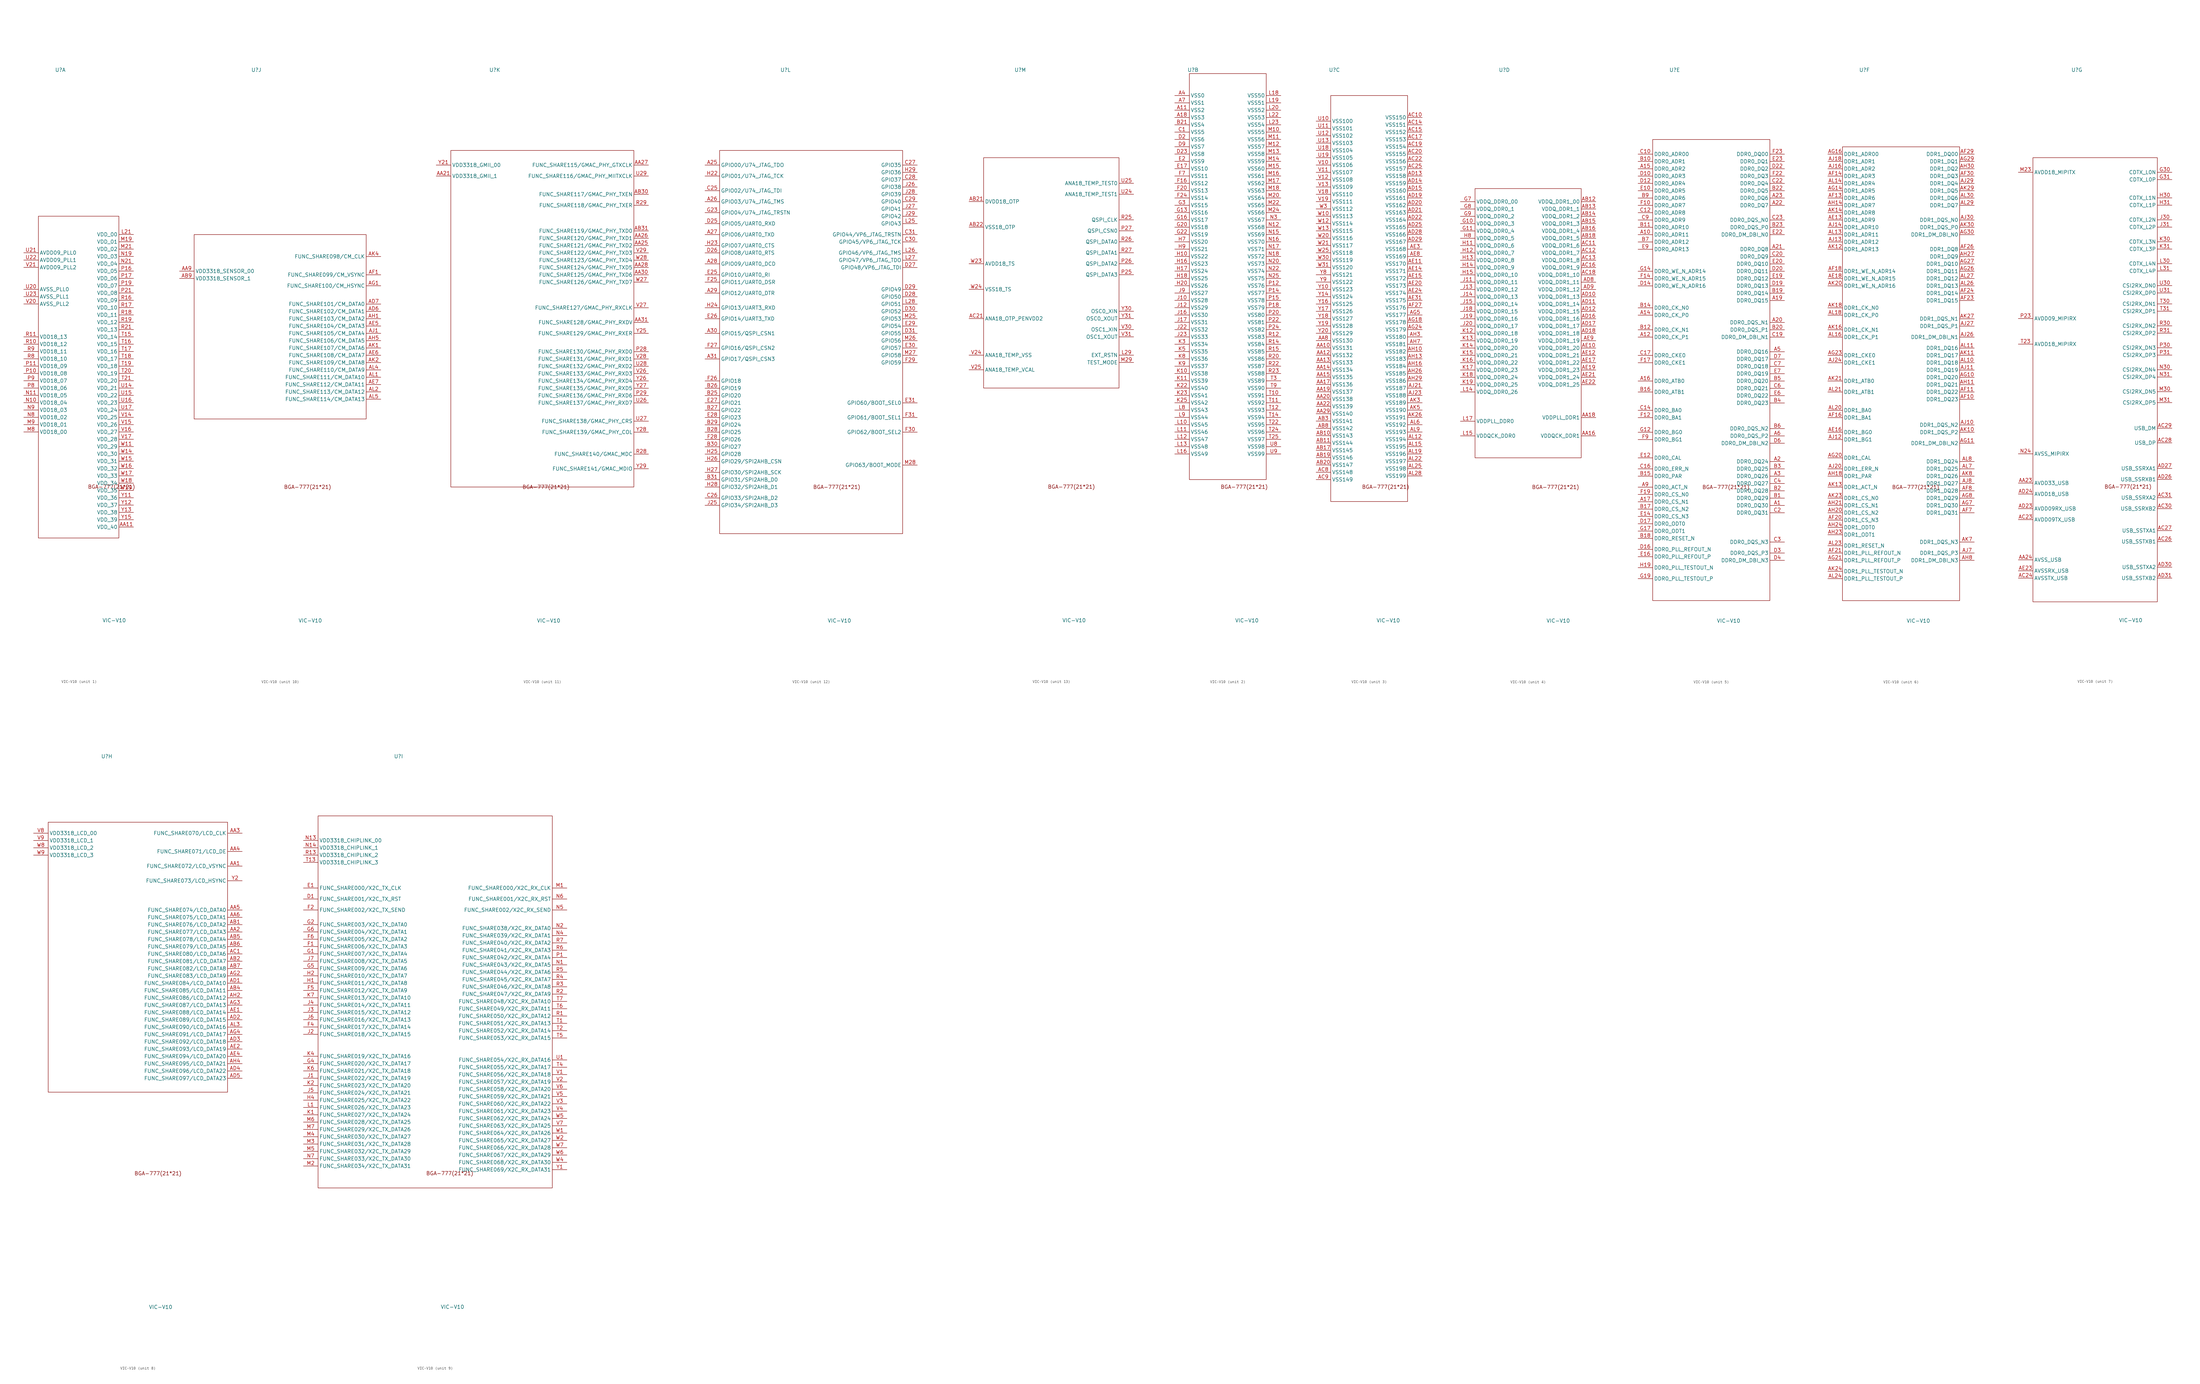
<source format=kicad_sym>
(kicad_symbol_lib
  (version 20201005)
  (generator kicad_symbol_editor)
  (symbol "BeagleV:VIC-V10"
    (property "Reference" "U"
      (at -12.7 90.17 0)
      (effects (font (size 1.27 1.27))))
    (property "Value" "VIC-V10"
      (at 6 -101 0)
      (effects (font (size 1.27 1.27))))
    (property "ki_locked" ""
      (at 0 0 0)
      (effects (font (size 1.27 1.27))))
    (symbol "VIC-V10_0_0"
      (text "BGA-777(21*21)" (at 5.08 -54.61 0) (effects (font (size 1.27 1.27)))))
    (symbol "VIC-V10_1_0"
      (rectangle (start -20.32 39.37) (end 7.62 -72.39) (stroke (width 0.152)) (fill (type none))))
    (symbol "VIC-V10_1_1"
      (pin power_out line (at 12.7 -68.58 180) (length 5) (name "VDD_40" (effects (font (size 1.27 1.27)))) (number "AA11" (effects (font (size 1.27 1.27)))))
      (pin power_out line (at 12.7 33.02 180) (length 5) (name "VDD_00" (effects (font (size 1.27 1.27)))) (number "L21" (effects (font (size 1.27 1.27)))))
      (pin power_out line (at 12.7 30.48 180) (length 5) (name "VDD_01" (effects (font (size 1.27 1.27)))) (number "M19" (effects (font (size 1.27 1.27)))))
      (pin power_out line (at 12.7 27.94 180) (length 5) (name "VDD_02" (effects (font (size 1.27 1.27)))) (number "M21" (effects (font (size 1.27 1.27)))))
      (pin power_out line (at -25.4 -35.56 0) (length 5) (name "VDD18_00" (effects (font (size 1.27 1.27)))) (number "M8" (effects (font (size 1.27 1.27)))))
      (pin power_out line (at -25.4 -33.02 0) (length 5) (name "VDD18_01" (effects (font (size 1.27 1.27)))) (number "M9" (effects (font (size 1.27 1.27)))))
      (pin power_out line (at -25.4 -25.4 0) (length 5) (name "VDD18_04" (effects (font (size 1.27 1.27)))) (number "N10" (effects (font (size 1.27 1.27)))))
      (pin power_out line (at -25.4 -22.86 0) (length 5) (name "VDD18_05" (effects (font (size 1.27 1.27)))) (number "N11" (effects (font (size 1.27 1.27)))))
      (pin power_out line (at 12.7 25.4 180) (length 5) (name "VDD_03" (effects (font (size 1.27 1.27)))) (number "N19" (effects (font (size 1.27 1.27)))))
      (pin power_out line (at 12.7 22.86 180) (length 5) (name "VDD_04" (effects (font (size 1.27 1.27)))) (number "N21" (effects (font (size 1.27 1.27)))))
      (pin power_out line (at -25.4 -30.48 0) (length 5) (name "VDD18_02" (effects (font (size 1.27 1.27)))) (number "N8" (effects (font (size 1.27 1.27)))))
      (pin power_out line (at -25.4 -27.94 0) (length 5) (name "VDD18_03" (effects (font (size 1.27 1.27)))) (number "N9" (effects (font (size 1.27 1.27)))))
      (pin power_out line (at -25.4 -15.24 0) (length 5) (name "VDD18_08" (effects (font (size 1.27 1.27)))) (number "P10" (effects (font (size 1.27 1.27)))))
      (pin power_out line (at -25.4 -12.7 0) (length 5) (name "VDD18_09" (effects (font (size 1.27 1.27)))) (number "P11" (effects (font (size 1.27 1.27)))))
      (pin power_out line (at 12.7 20.32 180) (length 5) (name "VDD_05" (effects (font (size 1.27 1.27)))) (number "P16" (effects (font (size 1.27 1.27)))))
      (pin power_out line (at 12.7 17.78 180) (length 5) (name "VDD_06" (effects (font (size 1.27 1.27)))) (number "P17" (effects (font (size 1.27 1.27)))))
      (pin power_out line (at 12.7 15.24 180) (length 5) (name "VDD_07" (effects (font (size 1.27 1.27)))) (number "P19" (effects (font (size 1.27 1.27)))))
      (pin power_out line (at 12.7 12.7 180) (length 5) (name "VDD_08" (effects (font (size 1.27 1.27)))) (number "P21" (effects (font (size 1.27 1.27)))))
      (pin power_out line (at -25.4 -20.32 0) (length 5) (name "VDD18_06" (effects (font (size 1.27 1.27)))) (number "P8" (effects (font (size 1.27 1.27)))))
      (pin power_out line (at -25.4 -17.78 0) (length 5) (name "VDD18_07" (effects (font (size 1.27 1.27)))) (number "P9" (effects (font (size 1.27 1.27)))))
      (pin power_out line (at -25.4 -5.08 0) (length 5) (name "VDD18_12" (effects (font (size 1.27 1.27)))) (number "R10" (effects (font (size 1.27 1.27)))))
      (pin power_out line (at -25.4 -2.54 0) (length 5) (name "VDD18_13" (effects (font (size 1.27 1.27)))) (number "R11" (effects (font (size 1.27 1.27)))))
      (pin power_out line (at 12.7 10.16 180) (length 5) (name "VDD_09" (effects (font (size 1.27 1.27)))) (number "R16" (effects (font (size 1.27 1.27)))))
      (pin power_out line (at 12.7 7.62 180) (length 5) (name "VDD_10" (effects (font (size 1.27 1.27)))) (number "R17" (effects (font (size 1.27 1.27)))))
      (pin power_out line (at 12.7 5.08 180) (length 5) (name "VDD_11" (effects (font (size 1.27 1.27)))) (number "R18" (effects (font (size 1.27 1.27)))))
      (pin power_out line (at 12.7 2.54 180) (length 5) (name "VDD_12" (effects (font (size 1.27 1.27)))) (number "R19" (effects (font (size 1.27 1.27)))))
      (pin power_out line (at 12.7 0 180) (length 5) (name "VDD_13" (effects (font (size 1.27 1.27)))) (number "R21" (effects (font (size 1.27 1.27)))))
      (pin power_out line (at -25.4 -10.16 0) (length 5) (name "VDD18_10" (effects (font (size 1.27 1.27)))) (number "R8" (effects (font (size 1.27 1.27)))))
      (pin power_out line (at -25.4 -7.62 0) (length 5) (name "VDD18_11" (effects (font (size 1.27 1.27)))) (number "R9" (effects (font (size 1.27 1.27)))))
      (pin power_out line (at 12.7 -2.54 180) (length 5) (name "VDD_14" (effects (font (size 1.27 1.27)))) (number "T15" (effects (font (size 1.27 1.27)))))
      (pin power_out line (at 12.7 -5.08 180) (length 5) (name "VDD_15" (effects (font (size 1.27 1.27)))) (number "T16" (effects (font (size 1.27 1.27)))))
      (pin power_out line (at 12.7 -7.62 180) (length 5) (name "VDD_16" (effects (font (size 1.27 1.27)))) (number "T17" (effects (font (size 1.27 1.27)))))
      (pin power_out line (at 12.7 -10.16 180) (length 5) (name "VDD_17" (effects (font (size 1.27 1.27)))) (number "T18" (effects (font (size 1.27 1.27)))))
      (pin power_out line (at 12.7 -12.7 180) (length 5) (name "VDD_18" (effects (font (size 1.27 1.27)))) (number "T19" (effects (font (size 1.27 1.27)))))
      (pin power_out line (at 12.7 -15.24 180) (length 5) (name "VDD_19" (effects (font (size 1.27 1.27)))) (number "T20" (effects (font (size 1.27 1.27)))))
      (pin power_out line (at 12.7 -17.78 180) (length 5) (name "VDD_20" (effects (font (size 1.27 1.27)))) (number "T21" (effects (font (size 1.27 1.27)))))
      (pin power_out line (at 12.7 -20.32 180) (length 5) (name "VDD_21" (effects (font (size 1.27 1.27)))) (number "U14" (effects (font (size 1.27 1.27)))))
      (pin power_out line (at 12.7 -22.86 180) (length 5) (name "VDD_22" (effects (font (size 1.27 1.27)))) (number "U15" (effects (font (size 1.27 1.27)))))
      (pin power_out line (at 12.7 -25.4 180) (length 5) (name "VDD_23" (effects (font (size 1.27 1.27)))) (number "U16" (effects (font (size 1.27 1.27)))))
      (pin power_out line (at 12.7 -27.94 180) (length 5) (name "VDD_24" (effects (font (size 1.27 1.27)))) (number "U17" (effects (font (size 1.27 1.27)))))
      (pin power_out line (at -25.4 13.97 0) (length 5) (name "AVSS_PLL0" (effects (font (size 1.27 1.27)))) (number "U20" (effects (font (size 1.27 1.27)))))
      (pin power_out line (at -25.4 26.67 0) (length 5) (name "AVDD09_PLL0" (effects (font (size 1.27 1.27)))) (number "U21" (effects (font (size 1.27 1.27)))))
      (pin power_out line (at -25.4 24.13 0) (length 5) (name "AVDD09_PLL1" (effects (font (size 1.27 1.27)))) (number "U22" (effects (font (size 1.27 1.27)))))
      (pin power_out line (at -25.4 11.43 0) (length 5) (name "AVSS_PLL1" (effects (font (size 1.27 1.27)))) (number "U23" (effects (font (size 1.27 1.27)))))
      (pin power_out line (at 12.7 -30.48 180) (length 5) (name "VDD_25" (effects (font (size 1.27 1.27)))) (number "V14" (effects (font (size 1.27 1.27)))))
      (pin power_out line (at 12.7 -33.02 180) (length 5) (name "VDD_26" (effects (font (size 1.27 1.27)))) (number "V15" (effects (font (size 1.27 1.27)))))
      (pin power_out line (at 12.7 -35.56 180) (length 5) (name "VDD_27" (effects (font (size 1.27 1.27)))) (number "V16" (effects (font (size 1.27 1.27)))))
      (pin power_out line (at 12.7 -38.1 180) (length 5) (name "VDD_28" (effects (font (size 1.27 1.27)))) (number "V17" (effects (font (size 1.27 1.27)))))
      (pin power_out line (at -25.4 8.89 0) (length 5) (name "AVSS_PLL2" (effects (font (size 1.27 1.27)))) (number "V20" (effects (font (size 1.27 1.27)))))
      (pin power_out line (at -25.4 21.59 0) (length 5) (name "AVDD09_PLL2" (effects (font (size 1.27 1.27)))) (number "V21" (effects (font (size 1.27 1.27)))))
      (pin power_out line (at 12.7 -40.64 180) (length 5) (name "VDD_29" (effects (font (size 1.27 1.27)))) (number "W11" (effects (font (size 1.27 1.27)))))
      (pin power_out line (at 12.7 -43.18 180) (length 5) (name "VDD_30" (effects (font (size 1.27 1.27)))) (number "W14" (effects (font (size 1.27 1.27)))))
      (pin power_out line (at 12.7 -45.72 180) (length 5) (name "VDD_31" (effects (font (size 1.27 1.27)))) (number "W15" (effects (font (size 1.27 1.27)))))
      (pin power_out line (at 12.7 -48.26 180) (length 5) (name "VDD_32" (effects (font (size 1.27 1.27)))) (number "W16" (effects (font (size 1.27 1.27)))))
      (pin power_out line (at 12.7 -50.8 180) (length 5) (name "VDD_33" (effects (font (size 1.27 1.27)))) (number "W17" (effects (font (size 1.27 1.27)))))
      (pin power_out line (at 12.7 -53.34 180) (length 5) (name "VDD_34" (effects (font (size 1.27 1.27)))) (number "W18" (effects (font (size 1.27 1.27)))))
      (pin power_out line (at 12.7 -55.88 180) (length 5) (name "VDD_35" (effects (font (size 1.27 1.27)))) (number "W19" (effects (font (size 1.27 1.27)))))
      (pin power_out line (at 12.7 -58.42 180) (length 5) (name "VDD_36" (effects (font (size 1.27 1.27)))) (number "Y11" (effects (font (size 1.27 1.27)))))
      (pin power_out line (at 12.7 -60.96 180) (length 5) (name "VDD_37" (effects (font (size 1.27 1.27)))) (number "Y12" (effects (font (size 1.27 1.27)))))
      (pin power_out line (at 12.7 -63.5 180) (length 5) (name "VDD_38" (effects (font (size 1.27 1.27)))) (number "Y13" (effects (font (size 1.27 1.27)))))
      (pin power_out line (at 12.7 -66.04 180) (length 5) (name "VDD_39" (effects (font (size 1.27 1.27)))) (number "Y15" (effects (font (size 1.27 1.27))))))
    (symbol "VIC-V10_2_0"
      (rectangle (start -13.97 88.9) (end 12.7 -52.07) (stroke (width 0.152)) (fill (type none))))
    (symbol "VIC-V10_2_1"
      (pin power_in line (at -19.05 76.2 0) (length 5) (name "VSS2" (effects (font (size 1.27 1.27)))) (number "A11" (effects (font (size 1.27 1.27)))))
      (pin power_in line (at -19.05 73.66 0) (length 5) (name "VSS3" (effects (font (size 1.27 1.27)))) (number "A18" (effects (font (size 1.27 1.27)))))
      (pin power_in line (at -19.05 81.28 0) (length 5) (name "VSS0" (effects (font (size 1.27 1.27)))) (number "A4" (effects (font (size 1.27 1.27)))))
      (pin power_in line (at -19.05 78.74 0) (length 5) (name "VSS1" (effects (font (size 1.27 1.27)))) (number "A7" (effects (font (size 1.27 1.27)))))
      (pin power_in line (at -19.05 71.12 0) (length 5) (name "VSS4" (effects (font (size 1.27 1.27)))) (number "B21" (effects (font (size 1.27 1.27)))))
      (pin power_in line (at -19.05 68.58 0) (length 5) (name "VSS5" (effects (font (size 1.27 1.27)))) (number "C1" (effects (font (size 1.27 1.27)))))
      (pin power_in line (at -19.05 66.04 0) (length 5) (name "VSS6" (effects (font (size 1.27 1.27)))) (number "D2" (effects (font (size 1.27 1.27)))))
      (pin power_in line (at -19.05 60.96 0) (length 5) (name "VSS8" (effects (font (size 1.27 1.27)))) (number "D23" (effects (font (size 1.27 1.27)))))
      (pin power_in line (at -19.05 63.5 0) (length 5) (name "VSS7" (effects (font (size 1.27 1.27)))) (number "D9" (effects (font (size 1.27 1.27)))))
      (pin power_in line (at -19.05 55.88 0) (length 5) (name "VSS10" (effects (font (size 1.27 1.27)))) (number "E17" (effects (font (size 1.27 1.27)))))
      (pin power_in line (at -19.05 58.42 0) (length 5) (name "VSS9" (effects (font (size 1.27 1.27)))) (number "E2" (effects (font (size 1.27 1.27)))))
      (pin power_in line (at -19.05 50.8 0) (length 5) (name "VSS12" (effects (font (size 1.27 1.27)))) (number "F16" (effects (font (size 1.27 1.27)))))
      (pin power_in line (at -19.05 48.26 0) (length 5) (name "VSS13" (effects (font (size 1.27 1.27)))) (number "F20" (effects (font (size 1.27 1.27)))))
      (pin power_in line (at -19.05 45.72 0) (length 5) (name "VSS14" (effects (font (size 1.27 1.27)))) (number "F24" (effects (font (size 1.27 1.27)))))
      (pin power_in line (at -19.05 53.34 0) (length 5) (name "VSS11" (effects (font (size 1.27 1.27)))) (number "F7" (effects (font (size 1.27 1.27)))))
      (pin power_in line (at -19.05 40.64 0) (length 5) (name "VSS16" (effects (font (size 1.27 1.27)))) (number "G13" (effects (font (size 1.27 1.27)))))
      (pin power_in line (at -19.05 38.1 0) (length 5) (name "VSS17" (effects (font (size 1.27 1.27)))) (number "G16" (effects (font (size 1.27 1.27)))))
      (pin power_in line (at -19.05 35.56 0) (length 5) (name "VSS18" (effects (font (size 1.27 1.27)))) (number "G20" (effects (font (size 1.27 1.27)))))
      (pin power_in line (at -19.05 33.02 0) (length 5) (name "VSS19" (effects (font (size 1.27 1.27)))) (number "G22" (effects (font (size 1.27 1.27)))))
      (pin power_in line (at -19.05 43.18 0) (length 5) (name "VSS15" (effects (font (size 1.27 1.27)))) (number "G3" (effects (font (size 1.27 1.27)))))
      (pin power_in line (at -19.05 25.4 0) (length 5) (name "VSS22" (effects (font (size 1.27 1.27)))) (number "H10" (effects (font (size 1.27 1.27)))))
      (pin power_in line (at -19.05 22.86 0) (length 5) (name "VSS23" (effects (font (size 1.27 1.27)))) (number "H16" (effects (font (size 1.27 1.27)))))
      (pin power_in line (at -19.05 20.32 0) (length 5) (name "VSS24" (effects (font (size 1.27 1.27)))) (number "H17" (effects (font (size 1.27 1.27)))))
      (pin power_in line (at -19.05 17.78 0) (length 5) (name "VSS25" (effects (font (size 1.27 1.27)))) (number "H18" (effects (font (size 1.27 1.27)))))
      (pin power_in line (at -19.05 15.24 0) (length 5) (name "VSS26" (effects (font (size 1.27 1.27)))) (number "H20" (effects (font (size 1.27 1.27)))))
      (pin power_in line (at -19.05 30.48 0) (length 5) (name "VSS20" (effects (font (size 1.27 1.27)))) (number "H7" (effects (font (size 1.27 1.27)))))
      (pin power_in line (at -19.05 27.94 0) (length 5) (name "VSS21" (effects (font (size 1.27 1.27)))) (number "H9" (effects (font (size 1.27 1.27)))))
      (pin power_in line (at -19.05 10.16 0) (length 5) (name "VSS28" (effects (font (size 1.27 1.27)))) (number "J10" (effects (font (size 1.27 1.27)))))
      (pin power_in line (at -19.05 7.62 0) (length 5) (name "VSS29" (effects (font (size 1.27 1.27)))) (number "J12" (effects (font (size 1.27 1.27)))))
      (pin power_in line (at -19.05 5.08 0) (length 5) (name "VSS30" (effects (font (size 1.27 1.27)))) (number "J16" (effects (font (size 1.27 1.27)))))
      (pin power_in line (at -19.05 2.54 0) (length 5) (name "VSS31" (effects (font (size 1.27 1.27)))) (number "J17" (effects (font (size 1.27 1.27)))))
      (pin power_in line (at -19.05 0 0) (length 5) (name "VSS32" (effects (font (size 1.27 1.27)))) (number "J22" (effects (font (size 1.27 1.27)))))
      (pin power_in line (at -19.05 -2.54 0) (length 5) (name "VSS33" (effects (font (size 1.27 1.27)))) (number "J23" (effects (font (size 1.27 1.27)))))
      (pin power_in line (at -19.05 12.7 0) (length 5) (name "VSS27" (effects (font (size 1.27 1.27)))) (number "J9" (effects (font (size 1.27 1.27)))))
      (pin power_in line (at -19.05 -15.24 0) (length 5) (name "VSS38" (effects (font (size 1.27 1.27)))) (number "K10" (effects (font (size 1.27 1.27)))))
      (pin power_in line (at -19.05 -17.78 0) (length 5) (name "VSS39" (effects (font (size 1.27 1.27)))) (number "K11" (effects (font (size 1.27 1.27)))))
      (pin power_in line (at -19.05 -20.32 0) (length 5) (name "VSS40" (effects (font (size 1.27 1.27)))) (number "K22" (effects (font (size 1.27 1.27)))))
      (pin power_in line (at -19.05 -22.86 0) (length 5) (name "VSS41" (effects (font (size 1.27 1.27)))) (number "K23" (effects (font (size 1.27 1.27)))))
      (pin power_in line (at -19.05 -25.4 0) (length 5) (name "VSS42" (effects (font (size 1.27 1.27)))) (number "K25" (effects (font (size 1.27 1.27)))))
      (pin power_in line (at -19.05 -5.08 0) (length 5) (name "VSS34" (effects (font (size 1.27 1.27)))) (number "K3" (effects (font (size 1.27 1.27)))))
      (pin power_in line (at -19.05 -7.62 0) (length 5) (name "VSS35" (effects (font (size 1.27 1.27)))) (number "K5" (effects (font (size 1.27 1.27)))))
      (pin power_in line (at -19.05 -10.16 0) (length 5) (name "VSS36" (effects (font (size 1.27 1.27)))) (number "K8" (effects (font (size 1.27 1.27)))))
      (pin power_in line (at -19.05 -12.7 0) (length 5) (name "VSS37" (effects (font (size 1.27 1.27)))) (number "K9" (effects (font (size 1.27 1.27)))))
      (pin power_in line (at -19.05 -33.02 0) (length 5) (name "VSS45" (effects (font (size 1.27 1.27)))) (number "L10" (effects (font (size 1.27 1.27)))))
      (pin power_in line (at -19.05 -35.56 0) (length 5) (name "VSS46" (effects (font (size 1.27 1.27)))) (number "L11" (effects (font (size 1.27 1.27)))))
      (pin power_in line (at -19.05 -38.1 0) (length 5) (name "VSS47" (effects (font (size 1.27 1.27)))) (number "L12" (effects (font (size 1.27 1.27)))))
      (pin power_in line (at -19.05 -40.64 0) (length 5) (name "VSS48" (effects (font (size 1.27 1.27)))) (number "L13" (effects (font (size 1.27 1.27)))))
      (pin power_in line (at -19.05 -43.18 0) (length 5) (name "VSS49" (effects (font (size 1.27 1.27)))) (number "L16" (effects (font (size 1.27 1.27)))))
      (pin power_in line (at 17.78 81.28 180) (length 5) (name "VSS50" (effects (font (size 1.27 1.27)))) (number "L18" (effects (font (size 1.27 1.27)))))
      (pin power_in line (at 17.78 78.74 180) (length 5) (name "VSS51" (effects (font (size 1.27 1.27)))) (number "L19" (effects (font (size 1.27 1.27)))))
      (pin power_in line (at 17.78 76.2 180) (length 5) (name "VSS52" (effects (font (size 1.27 1.27)))) (number "L20" (effects (font (size 1.27 1.27)))))
      (pin power_in line (at 17.78 73.66 180) (length 5) (name "VSS53" (effects (font (size 1.27 1.27)))) (number "L22" (effects (font (size 1.27 1.27)))))
      (pin power_in line (at 17.78 71.12 180) (length 5) (name "VSS54" (effects (font (size 1.27 1.27)))) (number "L23" (effects (font (size 1.27 1.27)))))
      (pin power_in line (at -19.05 -27.94 0) (length 5) (name "VSS43" (effects (font (size 1.27 1.27)))) (number "L8" (effects (font (size 1.27 1.27)))))
      (pin power_in line (at -19.05 -30.48 0) (length 5) (name "VSS44" (effects (font (size 1.27 1.27)))) (number "L9" (effects (font (size 1.27 1.27)))))
      (pin power_in line (at 17.78 68.58 180) (length 5) (name "VSS55" (effects (font (size 1.27 1.27)))) (number "M10" (effects (font (size 1.27 1.27)))))
      (pin power_in line (at 17.78 66.04 180) (length 5) (name "VSS56" (effects (font (size 1.27 1.27)))) (number "M11" (effects (font (size 1.27 1.27)))))
      (pin power_in line (at 17.78 63.5 180) (length 5) (name "VSS57" (effects (font (size 1.27 1.27)))) (number "M12" (effects (font (size 1.27 1.27)))))
      (pin power_in line (at 17.78 60.96 180) (length 5) (name "VSS58" (effects (font (size 1.27 1.27)))) (number "M13" (effects (font (size 1.27 1.27)))))
      (pin power_in line (at 17.78 58.42 180) (length 5) (name "VSS59" (effects (font (size 1.27 1.27)))) (number "M14" (effects (font (size 1.27 1.27)))))
      (pin power_in line (at 17.78 55.88 180) (length 5) (name "VSS60" (effects (font (size 1.27 1.27)))) (number "M15" (effects (font (size 1.27 1.27)))))
      (pin power_in line (at 17.78 53.34 180) (length 5) (name "VSS61" (effects (font (size 1.27 1.27)))) (number "M16" (effects (font (size 1.27 1.27)))))
      (pin power_in line (at 17.78 50.8 180) (length 5) (name "VSS62" (effects (font (size 1.27 1.27)))) (number "M17" (effects (font (size 1.27 1.27)))))
      (pin power_in line (at 17.78 48.26 180) (length 5) (name "VSS63" (effects (font (size 1.27 1.27)))) (number "M18" (effects (font (size 1.27 1.27)))))
      (pin power_in line (at 17.78 45.72 180) (length 5) (name "VSS64" (effects (font (size 1.27 1.27)))) (number "M20" (effects (font (size 1.27 1.27)))))
      (pin power_in line (at 17.78 43.18 180) (length 5) (name "VSS65" (effects (font (size 1.27 1.27)))) (number "M22" (effects (font (size 1.27 1.27)))))
      (pin power_in line (at 17.78 40.64 180) (length 5) (name "VSS66" (effects (font (size 1.27 1.27)))) (number "M24" (effects (font (size 1.27 1.27)))))
      (pin power_in line (at 17.78 35.56 180) (length 5) (name "VSS68" (effects (font (size 1.27 1.27)))) (number "N12" (effects (font (size 1.27 1.27)))))
      (pin power_in line (at 17.78 33.02 180) (length 5) (name "VSS69" (effects (font (size 1.27 1.27)))) (number "N15" (effects (font (size 1.27 1.27)))))
      (pin power_in line (at 17.78 30.48 180) (length 5) (name "VSS70" (effects (font (size 1.27 1.27)))) (number "N16" (effects (font (size 1.27 1.27)))))
      (pin power_in line (at 17.78 27.94 180) (length 5) (name "VSS71" (effects (font (size 1.27 1.27)))) (number "N17" (effects (font (size 1.27 1.27)))))
      (pin power_in line (at 17.78 25.4 180) (length 5) (name "VSS72" (effects (font (size 1.27 1.27)))) (number "N18" (effects (font (size 1.27 1.27)))))
      (pin power_in line (at 17.78 22.86 180) (length 5) (name "VSS73" (effects (font (size 1.27 1.27)))) (number "N20" (effects (font (size 1.27 1.27)))))
      (pin power_in line (at 17.78 20.32 180) (length 5) (name "VSS74" (effects (font (size 1.27 1.27)))) (number "N22" (effects (font (size 1.27 1.27)))))
      (pin power_in line (at 17.78 17.78 180) (length 5) (name "VSS75" (effects (font (size 1.27 1.27)))) (number "N25" (effects (font (size 1.27 1.27)))))
      (pin power_in line (at 17.78 38.1 180) (length 5) (name "VSS67" (effects (font (size 1.27 1.27)))) (number "N3" (effects (font (size 1.27 1.27)))))
      (pin power_in line (at 17.78 15.24 180) (length 5) (name "VSS76" (effects (font (size 1.27 1.27)))) (number "P12" (effects (font (size 1.27 1.27)))))
      (pin power_in line (at 17.78 12.7 180) (length 5) (name "VSS77" (effects (font (size 1.27 1.27)))) (number "P14" (effects (font (size 1.27 1.27)))))
      (pin power_in line (at 17.78 10.16 180) (length 5) (name "VSS78" (effects (font (size 1.27 1.27)))) (number "P15" (effects (font (size 1.27 1.27)))))
      (pin power_in line (at 17.78 7.62 180) (length 5) (name "VSS79" (effects (font (size 1.27 1.27)))) (number "P18" (effects (font (size 1.27 1.27)))))
      (pin power_in line (at 17.78 5.08 180) (length 5) (name "VSS80" (effects (font (size 1.27 1.27)))) (number "P20" (effects (font (size 1.27 1.27)))))
      (pin power_in line (at 17.78 2.54 180) (length 5) (name "VSS81" (effects (font (size 1.27 1.27)))) (number "P22" (effects (font (size 1.27 1.27)))))
      (pin power_in line (at 17.78 0 180) (length 5) (name "VSS82" (effects (font (size 1.27 1.27)))) (number "P24" (effects (font (size 1.27 1.27)))))
      (pin power_in line (at 17.78 -2.54 180) (length 5) (name "VSS83" (effects (font (size 1.27 1.27)))) (number "R12" (effects (font (size 1.27 1.27)))))
      (pin power_in line (at 17.78 -5.08 180) (length 5) (name "VSS84" (effects (font (size 1.27 1.27)))) (number "R14" (effects (font (size 1.27 1.27)))))
      (pin power_in line (at 17.78 -7.62 180) (length 5) (name "VSS85" (effects (font (size 1.27 1.27)))) (number "R15" (effects (font (size 1.27 1.27)))))
      (pin power_in line (at 17.78 -10.16 180) (length 5) (name "VSS86" (effects (font (size 1.27 1.27)))) (number "R20" (effects (font (size 1.27 1.27)))))
      (pin power_in line (at 17.78 -12.7 180) (length 5) (name "VSS87" (effects (font (size 1.27 1.27)))) (number "R22" (effects (font (size 1.27 1.27)))))
      (pin power_in line (at 17.78 -15.24 180) (length 5) (name "VSS88" (effects (font (size 1.27 1.27)))) (number "R23" (effects (font (size 1.27 1.27)))))
      (pin power_in line (at 17.78 -22.86 180) (length 5) (name "VSS91" (effects (font (size 1.27 1.27)))) (number "T10" (effects (font (size 1.27 1.27)))))
      (pin power_in line (at 17.78 -25.4 180) (length 5) (name "VSS92" (effects (font (size 1.27 1.27)))) (number "T11" (effects (font (size 1.27 1.27)))))
      (pin power_in line (at 17.78 -27.94 180) (length 5) (name "VSS93" (effects (font (size 1.27 1.27)))) (number "T12" (effects (font (size 1.27 1.27)))))
      (pin power_in line (at 17.78 -30.48 180) (length 5) (name "VSS94" (effects (font (size 1.27 1.27)))) (number "T14" (effects (font (size 1.27 1.27)))))
      (pin power_in line (at 17.78 -33.02 180) (length 5) (name "VSS95" (effects (font (size 1.27 1.27)))) (number "T22" (effects (font (size 1.27 1.27)))))
      (pin power_in line (at 17.78 -35.56 180) (length 5) (name "VSS96" (effects (font (size 1.27 1.27)))) (number "T24" (effects (font (size 1.27 1.27)))))
      (pin power_in line (at 17.78 -38.1 180) (length 5) (name "VSS97" (effects (font (size 1.27 1.27)))) (number "T25" (effects (font (size 1.27 1.27)))))
      (pin power_in line (at 17.78 -17.78 180) (length 5) (name "VSS89" (effects (font (size 1.27 1.27)))) (number "T3" (effects (font (size 1.27 1.27)))))
      (pin power_in line (at 17.78 -20.32 180) (length 5) (name "VSS90" (effects (font (size 1.27 1.27)))) (number "T9" (effects (font (size 1.27 1.27)))))
      (pin power_in line (at 17.78 -40.64 180) (length 5) (name "VSS98" (effects (font (size 1.27 1.27)))) (number "U8" (effects (font (size 1.27 1.27)))))
      (pin power_in line (at 17.78 -43.18 180) (length 5) (name "VSS99" (effects (font (size 1.27 1.27)))) (number "U9" (effects (font (size 1.27 1.27))))))
    (symbol "VIC-V10_3_0"
      (rectangle (start -13.97 81.28) (end 12.7 -59.69) (stroke (width 0.152)) (fill (type none))))
    (symbol "VIC-V10_3_1"
      (pin power_in line (at -19.05 -6.35 0) (length 5) (name "VSS131" (effects (font (size 1.27 1.27)))) (number "AA10" (effects (font (size 1.27 1.27)))))
      (pin power_in line (at -19.05 -8.89 0) (length 5) (name "VSS132" (effects (font (size 1.27 1.27)))) (number "AA12" (effects (font (size 1.27 1.27)))))
      (pin power_in line (at -19.05 -11.43 0) (length 5) (name "VSS133" (effects (font (size 1.27 1.27)))) (number "AA13" (effects (font (size 1.27 1.27)))))
      (pin power_in line (at -19.05 -13.97 0) (length 5) (name "VSS134" (effects (font (size 1.27 1.27)))) (number "AA14" (effects (font (size 1.27 1.27)))))
      (pin power_in line (at -19.05 -16.51 0) (length 5) (name "VSS135" (effects (font (size 1.27 1.27)))) (number "AA15" (effects (font (size 1.27 1.27)))))
      (pin power_in line (at -19.05 -19.05 0) (length 5) (name "VSS136" (effects (font (size 1.27 1.27)))) (number "AA17" (effects (font (size 1.27 1.27)))))
      (pin power_in line (at -19.05 -21.59 0) (length 5) (name "VSS137" (effects (font (size 1.27 1.27)))) (number "AA19" (effects (font (size 1.27 1.27)))))
      (pin power_in line (at -19.05 -24.13 0) (length 5) (name "VSS138" (effects (font (size 1.27 1.27)))) (number "AA20" (effects (font (size 1.27 1.27)))))
      (pin power_in line (at -19.05 -26.67 0) (length 5) (name "VSS139" (effects (font (size 1.27 1.27)))) (number "AA22" (effects (font (size 1.27 1.27)))))
      (pin power_in line (at -19.05 -29.21 0) (length 5) (name "VSS140" (effects (font (size 1.27 1.27)))) (number "AA29" (effects (font (size 1.27 1.27)))))
      (pin power_in line (at -19.05 -3.81 0) (length 5) (name "VSS130" (effects (font (size 1.27 1.27)))) (number "AA8" (effects (font (size 1.27 1.27)))))
      (pin power_in line (at -19.05 -36.83 0) (length 5) (name "VSS143" (effects (font (size 1.27 1.27)))) (number "AB10" (effects (font (size 1.27 1.27)))))
      (pin power_in line (at -19.05 -39.37 0) (length 5) (name "VSS144" (effects (font (size 1.27 1.27)))) (number "AB11" (effects (font (size 1.27 1.27)))))
      (pin power_in line (at -19.05 -41.91 0) (length 5) (name "VSS145" (effects (font (size 1.27 1.27)))) (number "AB17" (effects (font (size 1.27 1.27)))))
      (pin power_in line (at -19.05 -44.45 0) (length 5) (name "VSS146" (effects (font (size 1.27 1.27)))) (number "AB19" (effects (font (size 1.27 1.27)))))
      (pin power_in line (at -19.05 -46.99 0) (length 5) (name "VSS147" (effects (font (size 1.27 1.27)))) (number "AB20" (effects (font (size 1.27 1.27)))))
      (pin power_in line (at -19.05 -31.75 0) (length 5) (name "VSS141" (effects (font (size 1.27 1.27)))) (number "AB3" (effects (font (size 1.27 1.27)))))
      (pin power_in line (at -19.05 -34.29 0) (length 5) (name "VSS142" (effects (font (size 1.27 1.27)))) (number "AB8" (effects (font (size 1.27 1.27)))))
      (pin power_in line (at 17.78 73.66 180) (length 5) (name "VSS150" (effects (font (size 1.27 1.27)))) (number "AC10" (effects (font (size 1.27 1.27)))))
      (pin power_in line (at 17.78 71.12 180) (length 5) (name "VSS151" (effects (font (size 1.27 1.27)))) (number "AC14" (effects (font (size 1.27 1.27)))))
      (pin power_in line (at 17.78 68.58 180) (length 5) (name "VSS152" (effects (font (size 1.27 1.27)))) (number "AC15" (effects (font (size 1.27 1.27)))))
      (pin power_in line (at 17.78 66.04 180) (length 5) (name "VSS153" (effects (font (size 1.27 1.27)))) (number "AC17" (effects (font (size 1.27 1.27)))))
      (pin power_in line (at 17.78 63.5 180) (length 5) (name "VSS154" (effects (font (size 1.27 1.27)))) (number "AC19" (effects (font (size 1.27 1.27)))))
      (pin power_in line (at 17.78 60.96 180) (length 5) (name "VSS155" (effects (font (size 1.27 1.27)))) (number "AC20" (effects (font (size 1.27 1.27)))))
      (pin power_in line (at 17.78 58.42 180) (length 5) (name "VSS156" (effects (font (size 1.27 1.27)))) (number "AC22" (effects (font (size 1.27 1.27)))))
      (pin power_in line (at 17.78 55.88 180) (length 5) (name "VSS157" (effects (font (size 1.27 1.27)))) (number "AC25" (effects (font (size 1.27 1.27)))))
      (pin power_in line (at -19.05 -49.53 0) (length 5) (name "VSS148" (effects (font (size 1.27 1.27)))) (number "AC8" (effects (font (size 1.27 1.27)))))
      (pin power_in line (at -19.05 -52.07 0) (length 5) (name "VSS149" (effects (font (size 1.27 1.27)))) (number "AC9" (effects (font (size 1.27 1.27)))))
      (pin power_in line (at 17.78 53.34 180) (length 5) (name "VSS158" (effects (font (size 1.27 1.27)))) (number "AD13" (effects (font (size 1.27 1.27)))))
      (pin power_in line (at 17.78 50.8 180) (length 5) (name "VSS159" (effects (font (size 1.27 1.27)))) (number "AD14" (effects (font (size 1.27 1.27)))))
      (pin power_in line (at 17.78 48.26 180) (length 5) (name "VSS160" (effects (font (size 1.27 1.27)))) (number "AD15" (effects (font (size 1.27 1.27)))))
      (pin power_in line (at 17.78 45.72 180) (length 5) (name "VSS161" (effects (font (size 1.27 1.27)))) (number "AD19" (effects (font (size 1.27 1.27)))))
      (pin power_in line (at 17.78 43.18 180) (length 5) (name "VSS162" (effects (font (size 1.27 1.27)))) (number "AD20" (effects (font (size 1.27 1.27)))))
      (pin power_in line (at 17.78 40.64 180) (length 5) (name "VSS163" (effects (font (size 1.27 1.27)))) (number "AD21" (effects (font (size 1.27 1.27)))))
      (pin power_in line (at 17.78 38.1 180) (length 5) (name "VSS164" (effects (font (size 1.27 1.27)))) (number "AD22" (effects (font (size 1.27 1.27)))))
      (pin power_in line (at 17.78 35.56 180) (length 5) (name "VSS165" (effects (font (size 1.27 1.27)))) (number "AD25" (effects (font (size 1.27 1.27)))))
      (pin power_in line (at 17.78 33.02 180) (length 5) (name "VSS166" (effects (font (size 1.27 1.27)))) (number "AD28" (effects (font (size 1.27 1.27)))))
      (pin power_in line (at 17.78 30.48 180) (length 5) (name "VSS167" (effects (font (size 1.27 1.27)))) (number "AD29" (effects (font (size 1.27 1.27)))))
      (pin power_in line (at 17.78 22.86 180) (length 5) (name "VSS170" (effects (font (size 1.27 1.27)))) (number "AE11" (effects (font (size 1.27 1.27)))))
      (pin power_in line (at 17.78 20.32 180) (length 5) (name "VSS171" (effects (font (size 1.27 1.27)))) (number "AE14" (effects (font (size 1.27 1.27)))))
      (pin power_in line (at 17.78 17.78 180) (length 5) (name "VSS172" (effects (font (size 1.27 1.27)))) (number "AE15" (effects (font (size 1.27 1.27)))))
      (pin power_in line (at 17.78 15.24 180) (length 5) (name "VSS173" (effects (font (size 1.27 1.27)))) (number "AE20" (effects (font (size 1.27 1.27)))))
      (pin power_in line (at 17.78 12.7 180) (length 5) (name "VSS174" (effects (font (size 1.27 1.27)))) (number "AE24" (effects (font (size 1.27 1.27)))))
      (pin power_in line (at 17.78 27.94 180) (length 5) (name "VSS168" (effects (font (size 1.27 1.27)))) (number "AE3" (effects (font (size 1.27 1.27)))))
      (pin power_in line (at 17.78 10.16 180) (length 5) (name "VSS175" (effects (font (size 1.27 1.27)))) (number "AE31" (effects (font (size 1.27 1.27)))))
      (pin power_in line (at 17.78 25.4 180) (length 5) (name "VSS169" (effects (font (size 1.27 1.27)))) (number "AE8" (effects (font (size 1.27 1.27)))))
      (pin power_in line (at 17.78 7.62 180) (length 5) (name "VSS176" (effects (font (size 1.27 1.27)))) (number "AF27" (effects (font (size 1.27 1.27)))))
      (pin power_in line (at 17.78 2.54 180) (length 5) (name "VSS178" (effects (font (size 1.27 1.27)))) (number "AG18" (effects (font (size 1.27 1.27)))))
      (pin power_in line (at 17.78 0 180) (length 5) (name "VSS179" (effects (font (size 1.27 1.27)))) (number "AG24" (effects (font (size 1.27 1.27)))))
      (pin power_in line (at 17.78 5.08 180) (length 5) (name "VSS177" (effects (font (size 1.27 1.27)))) (number "AG5" (effects (font (size 1.27 1.27)))))
      (pin power_in line (at 17.78 -7.62 180) (length 5) (name "VSS182" (effects (font (size 1.27 1.27)))) (number "AH10" (effects (font (size 1.27 1.27)))))
      (pin power_in line (at 17.78 -10.16 180) (length 5) (name "VSS183" (effects (font (size 1.27 1.27)))) (number "AH13" (effects (font (size 1.27 1.27)))))
      (pin power_in line (at 17.78 -12.7 180) (length 5) (name "VSS184" (effects (font (size 1.27 1.27)))) (number "AH16" (effects (font (size 1.27 1.27)))))
      (pin power_in line (at 17.78 -15.24 180) (length 5) (name "VSS185" (effects (font (size 1.27 1.27)))) (number "AH26" (effects (font (size 1.27 1.27)))))
      (pin power_in line (at 17.78 -17.78 180) (length 5) (name "VSS186" (effects (font (size 1.27 1.27)))) (number "AH29" (effects (font (size 1.27 1.27)))))
      (pin power_in line (at 17.78 -2.54 180) (length 5) (name "VSS180" (effects (font (size 1.27 1.27)))) (number "AH3" (effects (font (size 1.27 1.27)))))
      (pin power_in line (at 17.78 -5.08 180) (length 5) (name "VSS181" (effects (font (size 1.27 1.27)))) (number "AH7" (effects (font (size 1.27 1.27)))))
      (pin power_in line (at 17.78 -20.32 180) (length 5) (name "VSS187" (effects (font (size 1.27 1.27)))) (number "AJ21" (effects (font (size 1.27 1.27)))))
      (pin power_in line (at 17.78 -22.86 180) (length 5) (name "VSS188" (effects (font (size 1.27 1.27)))) (number "AJ23" (effects (font (size 1.27 1.27)))))
      (pin power_in line (at 17.78 -30.48 180) (length 5) (name "VSS191" (effects (font (size 1.27 1.27)))) (number "AK26" (effects (font (size 1.27 1.27)))))
      (pin power_in line (at 17.78 -25.4 180) (length 5) (name "VSS189" (effects (font (size 1.27 1.27)))) (number "AK3" (effects (font (size 1.27 1.27)))))
      (pin power_in line (at 17.78 -27.94 180) (length 5) (name "VSS190" (effects (font (size 1.27 1.27)))) (number "AK5" (effects (font (size 1.27 1.27)))))
      (pin power_in line (at 17.78 -38.1 180) (length 5) (name "VSS194" (effects (font (size 1.27 1.27)))) (number "AL12" (effects (font (size 1.27 1.27)))))
      (pin power_in line (at 17.78 -40.64 180) (length 5) (name "VSS195" (effects (font (size 1.27 1.27)))) (number "AL15" (effects (font (size 1.27 1.27)))))
      (pin power_in line (at 17.78 -43.18 180) (length 5) (name "VSS196" (effects (font (size 1.27 1.27)))) (number "AL19" (effects (font (size 1.27 1.27)))))
      (pin power_in line (at 17.78 -45.72 180) (length 5) (name "VSS197" (effects (font (size 1.27 1.27)))) (number "AL22" (effects (font (size 1.27 1.27)))))
      (pin power_in line (at 17.78 -48.26 180) (length 5) (name "VSS198" (effects (font (size 1.27 1.27)))) (number "AL25" (effects (font (size 1.27 1.27)))))
      (pin power_in line (at 17.78 -50.8 180) (length 5) (name "VSS199" (effects (font (size 1.27 1.27)))) (number "AL28" (effects (font (size 1.27 1.27)))))
      (pin power_in line (at 17.78 -33.02 180) (length 5) (name "VSS192" (effects (font (size 1.27 1.27)))) (number "AL6" (effects (font (size 1.27 1.27)))))
      (pin power_in line (at 17.78 -35.56 180) (length 5) (name "VSS193" (effects (font (size 1.27 1.27)))) (number "AL9" (effects (font (size 1.27 1.27)))))
      (pin power_in line (at -19.05 72.39 0) (length 5) (name "VSS100" (effects (font (size 1.27 1.27)))) (number "U10" (effects (font (size 1.27 1.27)))))
      (pin power_in line (at -19.05 69.85 0) (length 5) (name "VSS101" (effects (font (size 1.27 1.27)))) (number "U11" (effects (font (size 1.27 1.27)))))
      (pin power_in line (at -19.05 67.31 0) (length 5) (name "VSS102" (effects (font (size 1.27 1.27)))) (number "U12" (effects (font (size 1.27 1.27)))))
      (pin power_in line (at -19.05 64.77 0) (length 5) (name "VSS103" (effects (font (size 1.27 1.27)))) (number "U13" (effects (font (size 1.27 1.27)))))
      (pin power_in line (at -19.05 62.23 0) (length 5) (name "VSS104" (effects (font (size 1.27 1.27)))) (number "U18" (effects (font (size 1.27 1.27)))))
      (pin power_in line (at -19.05 59.69 0) (length 5) (name "VSS105" (effects (font (size 1.27 1.27)))) (number "U19" (effects (font (size 1.27 1.27)))))
      (pin power_in line (at -19.05 57.15 0) (length 5) (name "VSS106" (effects (font (size 1.27 1.27)))) (number "V10" (effects (font (size 1.27 1.27)))))
      (pin power_in line (at -19.05 54.61 0) (length 5) (name "VSS107" (effects (font (size 1.27 1.27)))) (number "V11" (effects (font (size 1.27 1.27)))))
      (pin power_in line (at -19.05 52.07 0) (length 5) (name "VSS108" (effects (font (size 1.27 1.27)))) (number "V12" (effects (font (size 1.27 1.27)))))
      (pin power_in line (at -19.05 49.53 0) (length 5) (name "VSS109" (effects (font (size 1.27 1.27)))) (number "V13" (effects (font (size 1.27 1.27)))))
      (pin power_in line (at -19.05 46.99 0) (length 5) (name "VSS110" (effects (font (size 1.27 1.27)))) (number "V18" (effects (font (size 1.27 1.27)))))
      (pin power_in line (at -19.05 44.45 0) (length 5) (name "VSS111" (effects (font (size 1.27 1.27)))) (number "V19" (effects (font (size 1.27 1.27)))))
      (pin power_in line (at -19.05 39.37 0) (length 5) (name "VSS113" (effects (font (size 1.27 1.27)))) (number "W10" (effects (font (size 1.27 1.27)))))
      (pin power_in line (at -19.05 36.83 0) (length 5) (name "VSS114" (effects (font (size 1.27 1.27)))) (number "W12" (effects (font (size 1.27 1.27)))))
      (pin power_in line (at -19.05 34.29 0) (length 5) (name "VSS115" (effects (font (size 1.27 1.27)))) (number "W13" (effects (font (size 1.27 1.27)))))
      (pin power_in line (at -19.05 31.75 0) (length 5) (name "VSS116" (effects (font (size 1.27 1.27)))) (number "W20" (effects (font (size 1.27 1.27)))))
      (pin power_in line (at -19.05 29.21 0) (length 5) (name "VSS117" (effects (font (size 1.27 1.27)))) (number "W21" (effects (font (size 1.27 1.27)))))
      (pin power_in line (at -19.05 26.67 0) (length 5) (name "VSS118" (effects (font (size 1.27 1.27)))) (number "W25" (effects (font (size 1.27 1.27)))))
      (pin power_in line (at -19.05 41.91 0) (length 5) (name "VSS112" (effects (font (size 1.27 1.27)))) (number "W3" (effects (font (size 1.27 1.27)))))
      (pin power_in line (at -19.05 24.13 0) (length 5) (name "VSS119" (effects (font (size 1.27 1.27)))) (number "W30" (effects (font (size 1.27 1.27)))))
      (pin power_in line (at -19.05 21.59 0) (length 5) (name "VSS120" (effects (font (size 1.27 1.27)))) (number "W31" (effects (font (size 1.27 1.27)))))
      (pin power_in line (at -19.05 13.97 0) (length 5) (name "VSS123" (effects (font (size 1.27 1.27)))) (number "Y10" (effects (font (size 1.27 1.27)))))
      (pin power_in line (at -19.05 11.43 0) (length 5) (name "VSS124" (effects (font (size 1.27 1.27)))) (number "Y14" (effects (font (size 1.27 1.27)))))
      (pin power_in line (at -19.05 8.89 0) (length 5) (name "VSS125" (effects (font (size 1.27 1.27)))) (number "Y16" (effects (font (size 1.27 1.27)))))
      (pin power_in line (at -19.05 6.35 0) (length 5) (name "VSS126" (effects (font (size 1.27 1.27)))) (number "Y17" (effects (font (size 1.27 1.27)))))
      (pin power_in line (at -19.05 3.81 0) (length 5) (name "VSS127" (effects (font (size 1.27 1.27)))) (number "Y18" (effects (font (size 1.27 1.27)))))
      (pin power_in line (at -19.05 1.27 0) (length 5) (name "VSS128" (effects (font (size 1.27 1.27)))) (number "Y19" (effects (font (size 1.27 1.27)))))
      (pin power_in line (at -19.05 -1.27 0) (length 5) (name "VSS129" (effects (font (size 1.27 1.27)))) (number "Y20" (effects (font (size 1.27 1.27)))))
      (pin power_in line (at -19.05 19.05 0) (length 5) (name "VSS121" (effects (font (size 1.27 1.27)))) (number "Y8" (effects (font (size 1.27 1.27)))))
      (pin power_in line (at -19.05 16.51 0) (length 5) (name "VSS122" (effects (font (size 1.27 1.27)))) (number "Y9" (effects (font (size 1.27 1.27))))))
    (symbol "VIC-V10_4_0"
      (rectangle (start -22.86 49) (end 13.97 -44.45) (stroke (width 0.152)) (fill (type none))))
    (symbol "VIC-V10_4_1"
      (pin power_in line (at 19.05 -36.83 180) (length 5) (name "VDDQCK_DDR1" (effects (font (size 1.27 1.27)))) (number "AA16" (effects (font (size 1.27 1.27)))))
      (pin power_in line (at 19.05 -30.48 180) (length 5) (name "VDDPLL_DDR1" (effects (font (size 1.27 1.27)))) (number "AA18" (effects (font (size 1.27 1.27)))))
      (pin power_in line (at 19.05 44.45 180) (length 5) (name "VDDQ_DDR1_00" (effects (font (size 1.27 1.27)))) (number "AB12" (effects (font (size 1.27 1.27)))))
      (pin power_in line (at 19.05 41.91 180) (length 5) (name "VDDQ_DDR1_1" (effects (font (size 1.27 1.27)))) (number "AB13" (effects (font (size 1.27 1.27)))))
      (pin power_in line (at 19.05 39.37 180) (length 5) (name "VDDQ_DDR1_2" (effects (font (size 1.27 1.27)))) (number "AB14" (effects (font (size 1.27 1.27)))))
      (pin power_in line (at 19.05 36.83 180) (length 5) (name "VDDQ_DDR1_3" (effects (font (size 1.27 1.27)))) (number "AB15" (effects (font (size 1.27 1.27)))))
      (pin power_in line (at 19.05 34.29 180) (length 5) (name "VDDQ_DDR1_4" (effects (font (size 1.27 1.27)))) (number "AB16" (effects (font (size 1.27 1.27)))))
      (pin power_in line (at 19.05 31.75 180) (length 5) (name "VDDQ_DDR1_5" (effects (font (size 1.27 1.27)))) (number "AB18" (effects (font (size 1.27 1.27)))))
      (pin power_in line (at 19.05 29.21 180) (length 5) (name "VDDQ_DDR1_6" (effects (font (size 1.27 1.27)))) (number "AC11" (effects (font (size 1.27 1.27)))))
      (pin power_in line (at 19.05 26.67 180) (length 5) (name "VDDQ_DDR1_7" (effects (font (size 1.27 1.27)))) (number "AC12" (effects (font (size 1.27 1.27)))))
      (pin power_in line (at 19.05 24.13 180) (length 5) (name "VDDQ_DDR1_8" (effects (font (size 1.27 1.27)))) (number "AC13" (effects (font (size 1.27 1.27)))))
      (pin power_in line (at 19.05 21.59 180) (length 5) (name "VDDQ_DDR1_9" (effects (font (size 1.27 1.27)))) (number "AC16" (effects (font (size 1.27 1.27)))))
      (pin power_in line (at 19.05 19.05 180) (length 5) (name "VDDQ_DDR1_10" (effects (font (size 1.27 1.27)))) (number "AC18" (effects (font (size 1.27 1.27)))))
      (pin power_in line (at 19.05 11.43 180) (length 5) (name "VDDQ_DDR1_13" (effects (font (size 1.27 1.27)))) (number "AD10" (effects (font (size 1.27 1.27)))))
      (pin power_in line (at 19.05 8.89 180) (length 5) (name "VDDQ_DDR1_14" (effects (font (size 1.27 1.27)))) (number "AD11" (effects (font (size 1.27 1.27)))))
      (pin power_in line (at 19.05 6.35 180) (length 5) (name "VDDQ_DDR1_15" (effects (font (size 1.27 1.27)))) (number "AD12" (effects (font (size 1.27 1.27)))))
      (pin power_in line (at 19.05 3.81 180) (length 5) (name "VDDQ_DDR1_16" (effects (font (size 1.27 1.27)))) (number "AD16" (effects (font (size 1.27 1.27)))))
      (pin power_in line (at 19.05 1.27 180) (length 5) (name "VDDQ_DDR1_17" (effects (font (size 1.27 1.27)))) (number "AD17" (effects (font (size 1.27 1.27)))))
      (pin power_in line (at 19.05 -1.27 180) (length 5) (name "VDDQ_DDR1_18" (effects (font (size 1.27 1.27)))) (number "AD18" (effects (font (size 1.27 1.27)))))
      (pin power_in line (at 19.05 16.51 180) (length 5) (name "VDDQ_DDR1_11" (effects (font (size 1.27 1.27)))) (number "AD8" (effects (font (size 1.27 1.27)))))
      (pin power_in line (at 19.05 13.97 180) (length 5) (name "VDDQ_DDR1_12" (effects (font (size 1.27 1.27)))) (number "AD9" (effects (font (size 1.27 1.27)))))
      (pin power_in line (at 19.05 -6.35 180) (length 5) (name "VDDQ_DDR1_20" (effects (font (size 1.27 1.27)))) (number "AE10" (effects (font (size 1.27 1.27)))))
      (pin power_in line (at 19.05 -8.89 180) (length 5) (name "VDDQ_DDR1_21" (effects (font (size 1.27 1.27)))) (number "AE12" (effects (font (size 1.27 1.27)))))
      (pin power_in line (at 19.05 -11.43 180) (length 5) (name "VDDQ_DDR1_22" (effects (font (size 1.27 1.27)))) (number "AE17" (effects (font (size 1.27 1.27)))))
      (pin power_in line (at 19.05 -13.97 180) (length 5) (name "VDDQ_DDR1_23" (effects (font (size 1.27 1.27)))) (number "AE19" (effects (font (size 1.27 1.27)))))
      (pin power_in line (at 19.05 -16.51 180) (length 5) (name "VDDQ_DDR1_24" (effects (font (size 1.27 1.27)))) (number "AE21" (effects (font (size 1.27 1.27)))))
      (pin power_in line (at 19.05 -19.05 180) (length 5) (name "VDDQ_DDR1_25" (effects (font (size 1.27 1.27)))) (number "AE22" (effects (font (size 1.27 1.27)))))
      (pin power_in line (at 19.05 -3.81 180) (length 5) (name "VDDQ_DDR1_19" (effects (font (size 1.27 1.27)))) (number "AE9" (effects (font (size 1.27 1.27)))))
      (pin power_in line (at -27.94 36.83 0) (length 5) (name "VDDQ_DDR0_3" (effects (font (size 1.27 1.27)))) (number "G10" (effects (font (size 1.27 1.27)))))
      (pin power_in line (at -27.94 34.29 0) (length 5) (name "VDDQ_DDR0_4" (effects (font (size 1.27 1.27)))) (number "G11" (effects (font (size 1.27 1.27)))))
      (pin power_in line (at -27.94 44.45 0) (length 5) (name "VDDQ_DDR0_00" (effects (font (size 1.27 1.27)))) (number "G7" (effects (font (size 1.27 1.27)))))
      (pin power_in line (at -27.94 41.91 0) (length 5) (name "VDDQ_DDR0_1" (effects (font (size 1.27 1.27)))) (number "G8" (effects (font (size 1.27 1.27)))))
      (pin power_in line (at -27.94 39.37 0) (length 5) (name "VDDQ_DDR0_2" (effects (font (size 1.27 1.27)))) (number "G9" (effects (font (size 1.27 1.27)))))
      (pin power_in line (at -27.94 29.21 0) (length 5) (name "VDDQ_DDR0_6" (effects (font (size 1.27 1.27)))) (number "H11" (effects (font (size 1.27 1.27)))))
      (pin power_in line (at -27.94 26.67 0) (length 5) (name "VDDQ_DDR0_7" (effects (font (size 1.27 1.27)))) (number "H12" (effects (font (size 1.27 1.27)))))
      (pin power_in line (at -27.94 24.13 0) (length 5) (name "VDDQ_DDR0_8" (effects (font (size 1.27 1.27)))) (number "H13" (effects (font (size 1.27 1.27)))))
      (pin power_in line (at -27.94 21.59 0) (length 5) (name "VDDQ_DDR0_9" (effects (font (size 1.27 1.27)))) (number "H14" (effects (font (size 1.27 1.27)))))
      (pin power_in line (at -27.94 19.05 0) (length 5) (name "VDDQ_DDR0_10" (effects (font (size 1.27 1.27)))) (number "H15" (effects (font (size 1.27 1.27)))))
      (pin power_in line (at -27.94 31.75 0) (length 5) (name "VDDQ_DDR0_5" (effects (font (size 1.27 1.27)))) (number "H8" (effects (font (size 1.27 1.27)))))
      (pin power_in line (at -27.94 16.51 0) (length 5) (name "VDDQ_DDR0_11" (effects (font (size 1.27 1.27)))) (number "J11" (effects (font (size 1.27 1.27)))))
      (pin power_in line (at -27.94 13.97 0) (length 5) (name "VDDQ_DDR0_12" (effects (font (size 1.27 1.27)))) (number "J13" (effects (font (size 1.27 1.27)))))
      (pin power_in line (at -27.94 11.43 0) (length 5) (name "VDDQ_DDR0_13" (effects (font (size 1.27 1.27)))) (number "J14" (effects (font (size 1.27 1.27)))))
      (pin power_in line (at -27.94 8.89 0) (length 5) (name "VDDQ_DDR0_14" (effects (font (size 1.27 1.27)))) (number "J15" (effects (font (size 1.27 1.27)))))
      (pin power_in line (at -27.94 6.35 0) (length 5) (name "VDDQ_DDR0_15" (effects (font (size 1.27 1.27)))) (number "J18" (effects (font (size 1.27 1.27)))))
      (pin power_in line (at -27.94 3.81 0) (length 5) (name "VDDQ_DDR0_16" (effects (font (size 1.27 1.27)))) (number "J19" (effects (font (size 1.27 1.27)))))
      (pin power_in line (at -27.94 1.27 0) (length 5) (name "VDDQ_DDR0_17" (effects (font (size 1.27 1.27)))) (number "J20" (effects (font (size 1.27 1.27)))))
      (pin power_in line (at -27.94 -1.27 0) (length 5) (name "VDDQ_DDR0_18" (effects (font (size 1.27 1.27)))) (number "K12" (effects (font (size 1.27 1.27)))))
      (pin power_in line (at -27.94 -3.81 0) (length 5) (name "VDDQ_DDR0_19" (effects (font (size 1.27 1.27)))) (number "K13" (effects (font (size 1.27 1.27)))))
      (pin power_in line (at -27.94 -6.35 0) (length 5) (name "VDDQ_DDR0_20" (effects (font (size 1.27 1.27)))) (number "K14" (effects (font (size 1.27 1.27)))))
      (pin power_in line (at -27.94 -8.89 0) (length 5) (name "VDDQ_DDR0_21" (effects (font (size 1.27 1.27)))) (number "K15" (effects (font (size 1.27 1.27)))))
      (pin power_in line (at -27.94 -11.43 0) (length 5) (name "VDDQ_DDR0_22" (effects (font (size 1.27 1.27)))) (number "K16" (effects (font (size 1.27 1.27)))))
      (pin power_in line (at -27.94 -13.97 0) (length 5) (name "VDDQ_DDR0_23" (effects (font (size 1.27 1.27)))) (number "K17" (effects (font (size 1.27 1.27)))))
      (pin power_in line (at -27.94 -16.51 0) (length 5) (name "VDDQ_DDR0_24" (effects (font (size 1.27 1.27)))) (number "K18" (effects (font (size 1.27 1.27)))))
      (pin power_in line (at -27.94 -19.05 0) (length 5) (name "VDDQ_DDR0_25" (effects (font (size 1.27 1.27)))) (number "K19" (effects (font (size 1.27 1.27)))))
      (pin power_in line (at -27.94 -21.59 0) (length 5) (name "VDDQ_DDR0_26" (effects (font (size 1.27 1.27)))) (number "L14" (effects (font (size 1.27 1.27)))))
      (pin power_in line (at -27.94 -36.83 0) (length 5) (name "VDDQCK_DDR0" (effects (font (size 1.27 1.27)))) (number "L15" (effects (font (size 1.27 1.27)))))
      (pin power_in line (at -27.94 -31.75 0) (length 5) (name "VDDPLL_DDR0" (effects (font (size 1.27 1.27)))) (number "L17" (effects (font (size 1.27 1.27))))))
    (symbol "VIC-V10_5_0"
      (rectangle (start -20.32 66.04) (end 20.32 -93.98) (stroke (width 0.152)) (fill (type none))))
    (symbol "VIC-V10_5_1"
      (pin bidirectional line (at 25.4 -60.96 180) (length 5) (name "DDR0_DQ30" (effects (font (size 1.27 1.27)))) (number "A1" (effects (font (size 1.27 1.27)))))
      (pin input line (at -25.4 33.02 0) (length 5) (name "DDR0_ADR11" (effects (font (size 1.27 1.27)))) (number "A10" (effects (font (size 1.27 1.27)))))
      (pin input line (at -25.4 -2.54 0) (length 5) (name "DDR0_CK_P1" (effects (font (size 1.27 1.27)))) (number "A12" (effects (font (size 1.27 1.27)))))
      (pin input line (at -25.4 5.08 0) (length 5) (name "DDR0_CK_P0" (effects (font (size 1.27 1.27)))) (number "A14" (effects (font (size 1.27 1.27)))))
      (pin input line (at -25.4 55.88 0) (length 5) (name "DDR0_ADR2" (effects (font (size 1.27 1.27)))) (number "A15" (effects (font (size 1.27 1.27)))))
      (pin input line (at -25.4 -17.78 0) (length 5) (name "DDR0_ATB0" (effects (font (size 1.27 1.27)))) (number "A16" (effects (font (size 1.27 1.27)))))
      (pin input line (at -25.4 -59.69 0) (length 5) (name "DDR0_CS_N1" (effects (font (size 1.27 1.27)))) (number "A17" (effects (font (size 1.27 1.27)))))
      (pin bidirectional line (at 25.4 10.16 180) (length 5) (name "DDR0_DQ15" (effects (font (size 1.27 1.27)))) (number "A19" (effects (font (size 1.27 1.27)))))
      (pin bidirectional line (at 25.4 -45.72 180) (length 5) (name "DDR0_DQ24" (effects (font (size 1.27 1.27)))) (number "A2" (effects (font (size 1.27 1.27)))))
      (pin bidirectional line (at 25.4 2.54 180) (length 5) (name "DDR0_DQS_N1" (effects (font (size 1.27 1.27)))) (number "A20" (effects (font (size 1.27 1.27)))))
      (pin bidirectional line (at 25.4 27.94 180) (length 5) (name "DDR0_DQ8" (effects (font (size 1.27 1.27)))) (number "A21" (effects (font (size 1.27 1.27)))))
      (pin bidirectional line (at 25.4 43.18 180) (length 5) (name "DDR0_DQ7" (effects (font (size 1.27 1.27)))) (number "A22" (effects (font (size 1.27 1.27)))))
      (pin bidirectional line (at 25.4 45.72 180) (length 5) (name "DDR0_DQ6" (effects (font (size 1.27 1.27)))) (number "A23" (effects (font (size 1.27 1.27)))))
      (pin bidirectional line (at 25.4 -50.8 180) (length 5) (name "DDR0_DQ26" (effects (font (size 1.27 1.27)))) (number "A3" (effects (font (size 1.27 1.27)))))
      (pin bidirectional line (at 25.4 -7.62 180) (length 5) (name "DDR0_DQ16" (effects (font (size 1.27 1.27)))) (number "A5" (effects (font (size 1.27 1.27)))))
      (pin bidirectional line (at 25.4 -36.83 180) (length 5) (name "DDR0_DQS_P2" (effects (font (size 1.27 1.27)))) (number "A6" (effects (font (size 1.27 1.27)))))
      (pin input line (at -25.4 -54.61 0) (length 5) (name "DDR0_ACT_N" (effects (font (size 1.27 1.27)))) (number "A9" (effects (font (size 1.27 1.27)))))
      (pin bidirectional line (at 25.4 -58.42 180) (length 5) (name "DDR0_DQ29" (effects (font (size 1.27 1.27)))) (number "B1" (effects (font (size 1.27 1.27)))))
      (pin input line (at -25.4 58.42 0) (length 5) (name "DDR0_ADR1" (effects (font (size 1.27 1.27)))) (number "B10" (effects (font (size 1.27 1.27)))))
      (pin input line (at -25.4 35.56 0) (length 5) (name "DDR0_ADR10" (effects (font (size 1.27 1.27)))) (number "B11" (effects (font (size 1.27 1.27)))))
      (pin input line (at -25.4 0 0) (length 5) (name "DDR0_CK_N1" (effects (font (size 1.27 1.27)))) (number "B12" (effects (font (size 1.27 1.27)))))
      (pin input line (at -25.4 7.62 0) (length 5) (name "DDR0_CK_N0" (effects (font (size 1.27 1.27)))) (number "B14" (effects (font (size 1.27 1.27)))))
      (pin input line (at -25.4 -50.8 0) (length 5) (name "DDR0_PAR" (effects (font (size 1.27 1.27)))) (number "B15" (effects (font (size 1.27 1.27)))))
      (pin input line (at -25.4 -21.59 0) (length 5) (name "DDR0_ATB1" (effects (font (size 1.27 1.27)))) (number "B16" (effects (font (size 1.27 1.27)))))
      (pin input line (at -25.4 -62.23 0) (length 5) (name "DDR0_CS_N2" (effects (font (size 1.27 1.27)))) (number "B17" (effects (font (size 1.27 1.27)))))
      (pin input line (at -25.4 -72.39 0) (length 5) (name "DDR0_RESET_N" (effects (font (size 1.27 1.27)))) (number "B18" (effects (font (size 1.27 1.27)))))
      (pin bidirectional line (at 25.4 12.7 180) (length 5) (name "DDR0_DQ14" (effects (font (size 1.27 1.27)))) (number "B19" (effects (font (size 1.27 1.27)))))
      (pin bidirectional line (at 25.4 -55.88 180) (length 5) (name "DDR0_DQ28" (effects (font (size 1.27 1.27)))) (number "B2" (effects (font (size 1.27 1.27)))))
      (pin bidirectional line (at 25.4 0 180) (length 5) (name "DDR0_DQS_P1" (effects (font (size 1.27 1.27)))) (number "B20" (effects (font (size 1.27 1.27)))))
      (pin bidirectional line (at 25.4 48.26 180) (length 5) (name "DDR0_DQ5" (effects (font (size 1.27 1.27)))) (number "B22" (effects (font (size 1.27 1.27)))))
      (pin bidirectional line (at 25.4 35.56 180) (length 5) (name "DDR0_DQS_P0" (effects (font (size 1.27 1.27)))) (number "B23" (effects (font (size 1.27 1.27)))))
      (pin bidirectional line (at 25.4 -48.26 180) (length 5) (name "DDR0_DQ25" (effects (font (size 1.27 1.27)))) (number "B3" (effects (font (size 1.27 1.27)))))
      (pin bidirectional line (at 25.4 -25.4 180) (length 5) (name "DDR0_DQ23" (effects (font (size 1.27 1.27)))) (number "B4" (effects (font (size 1.27 1.27)))))
      (pin bidirectional line (at 25.4 -17.78 180) (length 5) (name "DDR0_DQ20" (effects (font (size 1.27 1.27)))) (number "B5" (effects (font (size 1.27 1.27)))))
      (pin bidirectional line (at 25.4 -34.29 180) (length 5) (name "DDR0_DQS_N2" (effects (font (size 1.27 1.27)))) (number "B6" (effects (font (size 1.27 1.27)))))
      (pin input line (at -25.4 30.48 0) (length 5) (name "DDR0_ADR12" (effects (font (size 1.27 1.27)))) (number "B7" (effects (font (size 1.27 1.27)))))
      (pin input line (at -25.4 45.72 0) (length 5) (name "DDR0_ADR6" (effects (font (size 1.27 1.27)))) (number "B9" (effects (font (size 1.27 1.27)))))
      (pin input line (at -25.4 60.96 0) (length 5) (name "DDR0_ADR00" (effects (font (size 1.27 1.27)))) (number "C10" (effects (font (size 1.27 1.27)))))
      (pin input line (at -25.4 40.64 0) (length 5) (name "DDR0_ADR8" (effects (font (size 1.27 1.27)))) (number "C12" (effects (font (size 1.27 1.27)))))
      (pin input line (at -25.4 -27.94 0) (length 5) (name "DDR0_BA0" (effects (font (size 1.27 1.27)))) (number "C14" (effects (font (size 1.27 1.27)))))
      (pin input line (at -25.4 -48.26 0) (length 5) (name "DDR0_ERR_N" (effects (font (size 1.27 1.27)))) (number "C16" (effects (font (size 1.27 1.27)))))
      (pin input line (at -25.4 -8.89 0) (length 5) (name "DDR0_CKE0" (effects (font (size 1.27 1.27)))) (number "C17" (effects (font (size 1.27 1.27)))))
      (pin bidirectional line (at 25.4 -2.54 180) (length 5) (name "DDR0_DM_DBI_N1" (effects (font (size 1.27 1.27)))) (number "C19" (effects (font (size 1.27 1.27)))))
      (pin bidirectional line (at 25.4 -63.5 180) (length 5) (name "DDR0_DQ31" (effects (font (size 1.27 1.27)))) (number "C2" (effects (font (size 1.27 1.27)))))
      (pin bidirectional line (at 25.4 25.4 180) (length 5) (name "DDR0_DQ9" (effects (font (size 1.27 1.27)))) (number "C20" (effects (font (size 1.27 1.27)))))
      (pin bidirectional line (at 25.4 50.8 180) (length 5) (name "DDR0_DQ4" (effects (font (size 1.27 1.27)))) (number "C22" (effects (font (size 1.27 1.27)))))
      (pin bidirectional line (at 25.4 38.1 180) (length 5) (name "DDR0_DQS_N0" (effects (font (size 1.27 1.27)))) (number "C23" (effects (font (size 1.27 1.27)))))
      (pin bidirectional line (at 25.4 -73.66 180) (length 5) (name "DDR0_DQS_N3" (effects (font (size 1.27 1.27)))) (number "C3" (effects (font (size 1.27 1.27)))))
      (pin bidirectional line (at 25.4 -53.34 180) (length 5) (name "DDR0_DQ27" (effects (font (size 1.27 1.27)))) (number "C4" (effects (font (size 1.27 1.27)))))
      (pin bidirectional line (at 25.4 -20.32 180) (length 5) (name "DDR0_DQ21" (effects (font (size 1.27 1.27)))) (number "C6" (effects (font (size 1.27 1.27)))))
      (pin bidirectional line (at 25.4 -12.7 180) (length 5) (name "DDR0_DQ18" (effects (font (size 1.27 1.27)))) (number "C7" (effects (font (size 1.27 1.27)))))
      (pin input line (at -25.4 38.1 0) (length 5) (name "DDR0_ADR9" (effects (font (size 1.27 1.27)))) (number "C9" (effects (font (size 1.27 1.27)))))
      (pin input line (at -25.4 53.34 0) (length 5) (name "DDR0_ADR3" (effects (font (size 1.27 1.27)))) (number "D10" (effects (font (size 1.27 1.27)))))
      (pin input line (at -25.4 50.8 0) (length 5) (name "DDR0_ADR4" (effects (font (size 1.27 1.27)))) (number "D12" (effects (font (size 1.27 1.27)))))
      (pin input line (at -25.4 15.24 0) (length 5) (name "DDR0_WE_N_ADR16" (effects (font (size 1.27 1.27)))) (number "D14" (effects (font (size 1.27 1.27)))))
      (pin input line (at -25.4 -76.2 0) (length 5) (name "DDR0_PLL_REFOUT_N" (effects (font (size 1.27 1.27)))) (number "D16" (effects (font (size 1.27 1.27)))))
      (pin input line (at -25.4 -67.31 0) (length 5) (name "DDR0_ODT0" (effects (font (size 1.27 1.27)))) (number "D17" (effects (font (size 1.27 1.27)))))
      (pin bidirectional line (at 25.4 15.24 180) (length 5) (name "DDR0_DQ13" (effects (font (size 1.27 1.27)))) (number "D19" (effects (font (size 1.27 1.27)))))
      (pin bidirectional line (at 25.4 20.32 180) (length 5) (name "DDR0_DQ11" (effects (font (size 1.27 1.27)))) (number "D20" (effects (font (size 1.27 1.27)))))
      (pin bidirectional line (at 25.4 55.88 180) (length 5) (name "DDR0_DQ2" (effects (font (size 1.27 1.27)))) (number "D22" (effects (font (size 1.27 1.27)))))
      (pin bidirectional line (at 25.4 -77.47 180) (length 5) (name "DDR0_DQS_P3" (effects (font (size 1.27 1.27)))) (number "D3" (effects (font (size 1.27 1.27)))))
      (pin bidirectional line (at 25.4 -80.01 180) (length 5) (name "DDR0_DM_DBI_N3" (effects (font (size 1.27 1.27)))) (number "D4" (effects (font (size 1.27 1.27)))))
      (pin bidirectional line (at 25.4 -39.37 180) (length 5) (name "DDR0_DM_DBI_N2" (effects (font (size 1.27 1.27)))) (number "D6" (effects (font (size 1.27 1.27)))))
      (pin bidirectional line (at 25.4 -10.16 180) (length 5) (name "DDR0_DQ17" (effects (font (size 1.27 1.27)))) (number "D7" (effects (font (size 1.27 1.27)))))
      (pin input line (at -25.4 48.26 0) (length 5) (name "DDR0_ADR5" (effects (font (size 1.27 1.27)))) (number "E10" (effects (font (size 1.27 1.27)))))
      (pin input line (at -25.4 -44.45 0) (length 5) (name "DDR0_CAL" (effects (font (size 1.27 1.27)))) (number "E12" (effects (font (size 1.27 1.27)))))
      (pin input line (at -25.4 -64.77 0) (length 5) (name "DDR0_CS_N3" (effects (font (size 1.27 1.27)))) (number "E14" (effects (font (size 1.27 1.27)))))
      (pin input line (at -25.4 -78.74 0) (length 5) (name "DDR0_PLL_REFOUT_P" (effects (font (size 1.27 1.27)))) (number "E16" (effects (font (size 1.27 1.27)))))
      (pin bidirectional line (at 25.4 17.78 180) (length 5) (name "DDR0_DQ12" (effects (font (size 1.27 1.27)))) (number "E19" (effects (font (size 1.27 1.27)))))
      (pin bidirectional line (at 25.4 22.86 180) (length 5) (name "DDR0_DQ10" (effects (font (size 1.27 1.27)))) (number "E20" (effects (font (size 1.27 1.27)))))
      (pin bidirectional line (at 25.4 33.02 180) (length 5) (name "DDR0_DM_DBI_N0" (effects (font (size 1.27 1.27)))) (number "E22" (effects (font (size 1.27 1.27)))))
      (pin bidirectional line (at 25.4 58.42 180) (length 5) (name "DDR0_DQ1" (effects (font (size 1.27 1.27)))) (number "E23" (effects (font (size 1.27 1.27)))))
      (pin bidirectional line (at 25.4 -22.86 180) (length 5) (name "DDR0_DQ22" (effects (font (size 1.27 1.27)))) (number "E6" (effects (font (size 1.27 1.27)))))
      (pin bidirectional line (at 25.4 -15.24 180) (length 5) (name "DDR0_DQ19" (effects (font (size 1.27 1.27)))) (number "E7" (effects (font (size 1.27 1.27)))))
      (pin input line (at -25.4 27.94 0) (length 5) (name "DDR0_ADR13" (effects (font (size 1.27 1.27)))) (number "E9" (effects (font (size 1.27 1.27)))))
      (pin input line (at -25.4 43.18 0) (length 5) (name "DDR0_ADR7" (effects (font (size 1.27 1.27)))) (number "F10" (effects (font (size 1.27 1.27)))))
      (pin input line (at -25.4 -30.48 0) (length 5) (name "DDR0_BA1" (effects (font (size 1.27 1.27)))) (number "F12" (effects (font (size 1.27 1.27)))))
      (pin input line (at -25.4 17.78 0) (length 5) (name "DDR0_WE_N_ADR15" (effects (font (size 1.27 1.27)))) (number "F14" (effects (font (size 1.27 1.27)))))
      (pin input line (at -25.4 -11.43 0) (length 5) (name "DDR0_CKE1" (effects (font (size 1.27 1.27)))) (number "F17" (effects (font (size 1.27 1.27)))))
      (pin input line (at -25.4 -57.15 0) (length 5) (name "DDR0_CS_N0" (effects (font (size 1.27 1.27)))) (number "F19" (effects (font (size 1.27 1.27)))))
      (pin bidirectional line (at 25.4 53.34 180) (length 5) (name "DDR0_DQ3" (effects (font (size 1.27 1.27)))) (number "F22" (effects (font (size 1.27 1.27)))))
      (pin bidirectional line (at 25.4 60.96 180) (length 5) (name "DDR0_DQ00" (effects (font (size 1.27 1.27)))) (number "F23" (effects (font (size 1.27 1.27)))))
      (pin input line (at -25.4 -38.1 0) (length 5) (name "DDR0_BG1" (effects (font (size 1.27 1.27)))) (number "F9" (effects (font (size 1.27 1.27)))))
      (pin input line (at -25.4 -35.56 0) (length 5) (name "DDR0_BG0" (effects (font (size 1.27 1.27)))) (number "G12" (effects (font (size 1.27 1.27)))))
      (pin input line (at -25.4 20.32 0) (length 5) (name "DDR0_WE_N_ADR14" (effects (font (size 1.27 1.27)))) (number "G14" (effects (font (size 1.27 1.27)))))
      (pin input line (at -25.4 -69.85 0) (length 5) (name "DDR0_ODT1" (effects (font (size 1.27 1.27)))) (number "G17" (effects (font (size 1.27 1.27)))))
      (pin input line (at -25.4 -86.36 0) (length 5) (name "DDR0_PLL_TESTOUT_P" (effects (font (size 1.27 1.27)))) (number "G19" (effects (font (size 1.27 1.27)))))
      (pin input line (at -25.4 -82.55 0) (length 5) (name "DDR0_PLL_TESTOUT_N" (effects (font (size 1.27 1.27)))) (number "H19" (effects (font (size 1.27 1.27))))))
    (symbol "VIC-V10_6_0"
      (rectangle (start -20.32 63.5) (end 20.32 -94) (stroke (width 0.152)) (fill (type none))))
    (symbol "VIC-V10_6_1"
      (pin input line (at -25.4 38.1 0) (length 5) (name "DDR1_ADR9" (effects (font (size 1.27 1.27)))) (number "AE13" (effects (font (size 1.27 1.27)))))
      (pin input line (at -25.4 -35.56 0) (length 5) (name "DDR1_BG0" (effects (font (size 1.27 1.27)))) (number "AE16" (effects (font (size 1.27 1.27)))))
      (pin input line (at -25.4 17.78 0) (length 5) (name "DDR1_WE_N_ADR15" (effects (font (size 1.27 1.27)))) (number "AE18" (effects (font (size 1.27 1.27)))))
      (pin bidirectional line (at 25.4 -24.13 180) (length 5) (name "DDR1_DQ23" (effects (font (size 1.27 1.27)))) (number "AF10" (effects (font (size 1.27 1.27)))))
      (pin bidirectional line (at 25.4 -21.59 180) (length 5) (name "DDR1_DQ22" (effects (font (size 1.27 1.27)))) (number "AF11" (effects (font (size 1.27 1.27)))))
      (pin input line (at -25.4 45.72 0) (length 5) (name "DDR1_ADR6" (effects (font (size 1.27 1.27)))) (number "AF13" (effects (font (size 1.27 1.27)))))
      (pin input line (at -25.4 53.34 0) (length 5) (name "DDR1_ADR3" (effects (font (size 1.27 1.27)))) (number "AF14" (effects (font (size 1.27 1.27)))))
      (pin input line (at -25.4 -30.48 0) (length 5) (name "DDR1_BA1" (effects (font (size 1.27 1.27)))) (number "AF16" (effects (font (size 1.27 1.27)))))
      (pin input line (at -25.4 20.32 0) (length 5) (name "DDR1_WE_N_ADR14" (effects (font (size 1.27 1.27)))) (number "AF18" (effects (font (size 1.27 1.27)))))
      (pin input line (at -25.4 -66.04 0) (length 5) (name "DDR1_CS_N3" (effects (font (size 1.27 1.27)))) (number "AF20" (effects (font (size 1.27 1.27)))))
      (pin input line (at -25.4 -77.47 0) (length 5) (name "DDR1_PLL_REFOUT_N" (effects (font (size 1.27 1.27)))) (number "AF21" (effects (font (size 1.27 1.27)))))
      (pin bidirectional line (at 25.4 10.16 180) (length 5) (name "DDR1_DQ15" (effects (font (size 1.27 1.27)))) (number "AF23" (effects (font (size 1.27 1.27)))))
      (pin bidirectional line (at 25.4 12.7 180) (length 5) (name "DDR1_DQ14" (effects (font (size 1.27 1.27)))) (number "AF24" (effects (font (size 1.27 1.27)))))
      (pin bidirectional line (at 25.4 27.94 180) (length 5) (name "DDR1_DQ8" (effects (font (size 1.27 1.27)))) (number "AF26" (effects (font (size 1.27 1.27)))))
      (pin bidirectional line (at 25.4 60.96 180) (length 5) (name "DDR1_DQ00" (effects (font (size 1.27 1.27)))) (number "AF29" (effects (font (size 1.27 1.27)))))
      (pin bidirectional line (at 25.4 53.34 180) (length 5) (name "DDR1_DQ3" (effects (font (size 1.27 1.27)))) (number "AF30" (effects (font (size 1.27 1.27)))))
      (pin bidirectional line (at 25.4 -63.5 180) (length 5) (name "DDR1_DQ31" (effects (font (size 1.27 1.27)))) (number "AF7" (effects (font (size 1.27 1.27)))))
      (pin bidirectional line (at 25.4 -55.88 180) (length 5) (name "DDR1_DQ28" (effects (font (size 1.27 1.27)))) (number "AF8" (effects (font (size 1.27 1.27)))))
      (pin bidirectional line (at 25.4 -16.51 180) (length 5) (name "DDR1_DQ20" (effects (font (size 1.27 1.27)))) (number "AG10" (effects (font (size 1.27 1.27)))))
      (pin bidirectional line (at 25.4 -39.37 180) (length 5) (name "DDR1_DM_DBI_N2" (effects (font (size 1.27 1.27)))) (number "AG11" (effects (font (size 1.27 1.27)))))
      (pin input line (at -25.4 48.26 0) (length 5) (name "DDR1_ADR5" (effects (font (size 1.27 1.27)))) (number "AG14" (effects (font (size 1.27 1.27)))))
      (pin input line (at -25.4 60.96 0) (length 5) (name "DDR1_ADR00" (effects (font (size 1.27 1.27)))) (number "AG16" (effects (font (size 1.27 1.27)))))
      (pin input line (at -25.4 -44.45 0) (length 5) (name "DDR1_CAL" (effects (font (size 1.27 1.27)))) (number "AG20" (effects (font (size 1.27 1.27)))))
      (pin input line (at -25.4 -80.01 0) (length 5) (name "DDR1_PLL_REFOUT_P" (effects (font (size 1.27 1.27)))) (number "AG21" (effects (font (size 1.27 1.27)))))
      (pin input line (at -25.4 -8.89 0) (length 5) (name "DDR1_CKE0" (effects (font (size 1.27 1.27)))) (number "AG23" (effects (font (size 1.27 1.27)))))
      (pin bidirectional line (at 25.4 20.32 180) (length 5) (name "DDR1_DQ11" (effects (font (size 1.27 1.27)))) (number "AG26" (effects (font (size 1.27 1.27)))))
      (pin bidirectional line (at 25.4 22.86 180) (length 5) (name "DDR1_DQ10" (effects (font (size 1.27 1.27)))) (number "AG27" (effects (font (size 1.27 1.27)))))
      (pin bidirectional line (at 25.4 58.42 180) (length 5) (name "DDR1_DQ1" (effects (font (size 1.27 1.27)))) (number "AG29" (effects (font (size 1.27 1.27)))))
      (pin bidirectional line (at 25.4 33.02 180) (length 5) (name "DDR1_DM_DBI_N0" (effects (font (size 1.27 1.27)))) (number "AG30" (effects (font (size 1.27 1.27)))))
      (pin bidirectional line (at 25.4 -60.96 180) (length 5) (name "DDR1_DQ30" (effects (font (size 1.27 1.27)))) (number "AG7" (effects (font (size 1.27 1.27)))))
      (pin bidirectional line (at 25.4 -58.42 180) (length 5) (name "DDR1_DQ29" (effects (font (size 1.27 1.27)))) (number "AG8" (effects (font (size 1.27 1.27)))))
      (pin bidirectional line (at 25.4 -19.05 180) (length 5) (name "DDR1_DQ21" (effects (font (size 1.27 1.27)))) (number "AH11" (effects (font (size 1.27 1.27)))))
      (pin input line (at -25.4 43.18 0) (length 5) (name "DDR1_ADR7" (effects (font (size 1.27 1.27)))) (number "AH14" (effects (font (size 1.27 1.27)))))
      (pin input line (at -25.4 -50.8 0) (length 5) (name "DDR1_PAR" (effects (font (size 1.27 1.27)))) (number "AH18" (effects (font (size 1.27 1.27)))))
      (pin input line (at -25.4 -63.5 0) (length 5) (name "DDR1_CS_N2" (effects (font (size 1.27 1.27)))) (number "AH20" (effects (font (size 1.27 1.27)))))
      (pin input line (at -25.4 -60.96 0) (length 5) (name "DDR1_CS_N1" (effects (font (size 1.27 1.27)))) (number "AH21" (effects (font (size 1.27 1.27)))))
      (pin input line (at -25.4 -71.12 0) (length 5) (name "DDR1_ODT1" (effects (font (size 1.27 1.27)))) (number "AH23" (effects (font (size 1.27 1.27)))))
      (pin input line (at -25.4 -68.58 0) (length 5) (name "DDR1_ODT0" (effects (font (size 1.27 1.27)))) (number "AH24" (effects (font (size 1.27 1.27)))))
      (pin bidirectional line (at 25.4 25.4 180) (length 5) (name "DDR1_DQ9" (effects (font (size 1.27 1.27)))) (number "AH27" (effects (font (size 1.27 1.27)))))
      (pin bidirectional line (at 25.4 55.88 180) (length 5) (name "DDR1_DQ2" (effects (font (size 1.27 1.27)))) (number "AH30" (effects (font (size 1.27 1.27)))))
      (pin bidirectional line (at 25.4 -80.01 180) (length 5) (name "DDR1_DM_DBI_N3" (effects (font (size 1.27 1.27)))) (number "AH8" (effects (font (size 1.27 1.27)))))
      (pin bidirectional line (at 25.4 -33.02 180) (length 5) (name "DDR1_DQS_N2" (effects (font (size 1.27 1.27)))) (number "AJ10" (effects (font (size 1.27 1.27)))))
      (pin bidirectional line (at 25.4 -13.97 180) (length 5) (name "DDR1_DQ19" (effects (font (size 1.27 1.27)))) (number "AJ11" (effects (font (size 1.27 1.27)))))
      (pin input line (at -25.4 -38.1 0) (length 5) (name "DDR1_BG1" (effects (font (size 1.27 1.27)))) (number "AJ12" (effects (font (size 1.27 1.27)))))
      (pin input line (at -25.4 30.48 0) (length 5) (name "DDR1_ADR12" (effects (font (size 1.27 1.27)))) (number "AJ13" (effects (font (size 1.27 1.27)))))
      (pin input line (at -25.4 35.56 0) (length 5) (name "DDR1_ADR10" (effects (font (size 1.27 1.27)))) (number "AJ14" (effects (font (size 1.27 1.27)))))
      (pin input line (at -25.4 55.88 0) (length 5) (name "DDR1_ADR2" (effects (font (size 1.27 1.27)))) (number "AJ16" (effects (font (size 1.27 1.27)))))
      (pin input line (at -25.4 58.42 0) (length 5) (name "DDR1_ADR1" (effects (font (size 1.27 1.27)))) (number "AJ18" (effects (font (size 1.27 1.27)))))
      (pin input line (at -25.4 -48.26 0) (length 5) (name "DDR1_ERR_N" (effects (font (size 1.27 1.27)))) (number "AJ20" (effects (font (size 1.27 1.27)))))
      (pin input line (at -25.4 -11.43 0) (length 5) (name "DDR1_CKE1" (effects (font (size 1.27 1.27)))) (number "AJ24" (effects (font (size 1.27 1.27)))))
      (pin bidirectional line (at 25.4 -2.54 180) (length 5) (name "DDR1_DM_DBI_N1" (effects (font (size 1.27 1.27)))) (number "AJ26" (effects (font (size 1.27 1.27)))))
      (pin bidirectional line (at 25.4 1.27 180) (length 5) (name "DDR1_DQS_P1" (effects (font (size 1.27 1.27)))) (number "AJ27" (effects (font (size 1.27 1.27)))))
      (pin bidirectional line (at 25.4 50.8 180) (length 5) (name "DDR1_DQ4" (effects (font (size 1.27 1.27)))) (number "AJ29" (effects (font (size 1.27 1.27)))))
      (pin bidirectional line (at 25.4 38.1 180) (length 5) (name "DDR1_DQS_N0" (effects (font (size 1.27 1.27)))) (number "AJ30" (effects (font (size 1.27 1.27)))))
      (pin bidirectional line (at 25.4 -77.47 180) (length 5) (name "DDR1_DQS_P3" (effects (font (size 1.27 1.27)))) (number "AJ7" (effects (font (size 1.27 1.27)))))
      (pin bidirectional line (at 25.4 -53.34 180) (length 5) (name "DDR1_DQ27" (effects (font (size 1.27 1.27)))) (number "AJ8" (effects (font (size 1.27 1.27)))))
      (pin bidirectional line (at 25.4 -35.56 180) (length 5) (name "DDR1_DQS_P2" (effects (font (size 1.27 1.27)))) (number "AK10" (effects (font (size 1.27 1.27)))))
      (pin bidirectional line (at 25.4 -8.89 180) (length 5) (name "DDR1_DQ17" (effects (font (size 1.27 1.27)))) (number "AK11" (effects (font (size 1.27 1.27)))))
      (pin input line (at -25.4 27.94 0) (length 5) (name "DDR1_ADR13" (effects (font (size 1.27 1.27)))) (number "AK12" (effects (font (size 1.27 1.27)))))
      (pin input line (at -25.4 -54.61 0) (length 5) (name "DDR1_ACT_N" (effects (font (size 1.27 1.27)))) (number "AK13" (effects (font (size 1.27 1.27)))))
      (pin input line (at -25.4 40.64 0) (length 5) (name "DDR1_ADR8" (effects (font (size 1.27 1.27)))) (number "AK14" (effects (font (size 1.27 1.27)))))
      (pin input line (at -25.4 0 0) (length 5) (name "DDR1_CK_N1" (effects (font (size 1.27 1.27)))) (number "AK16" (effects (font (size 1.27 1.27)))))
      (pin input line (at -25.4 7.62 0) (length 5) (name "DDR1_CK_N0" (effects (font (size 1.27 1.27)))) (number "AK18" (effects (font (size 1.27 1.27)))))
      (pin input line (at -25.4 15.24 0) (length 5) (name "DDR1_WE_N_ADR16" (effects (font (size 1.27 1.27)))) (number "AK20" (effects (font (size 1.27 1.27)))))
      (pin input line (at -25.4 -17.78 0) (length 5) (name "DDR1_ATB0" (effects (font (size 1.27 1.27)))) (number "AK21" (effects (font (size 1.27 1.27)))))
      (pin input line (at -25.4 -58.42 0) (length 5) (name "DDR1_CS_N0" (effects (font (size 1.27 1.27)))) (number "AK23" (effects (font (size 1.27 1.27)))))
      (pin input line (at -25.4 -83.82 0) (length 5) (name "DDR1_PLL_TESTOUT_N" (effects (font (size 1.27 1.27)))) (number "AK24" (effects (font (size 1.27 1.27)))))
      (pin bidirectional line (at 25.4 3.81 180) (length 5) (name "DDR1_DQS_N1" (effects (font (size 1.27 1.27)))) (number "AK27" (effects (font (size 1.27 1.27)))))
      (pin bidirectional line (at 25.4 48.26 180) (length 5) (name "DDR1_DQ5" (effects (font (size 1.27 1.27)))) (number "AK29" (effects (font (size 1.27 1.27)))))
      (pin bidirectional line (at 25.4 35.56 180) (length 5) (name "DDR1_DQS_P0" (effects (font (size 1.27 1.27)))) (number "AK30" (effects (font (size 1.27 1.27)))))
      (pin bidirectional line (at 25.4 -73.66 180) (length 5) (name "DDR1_DQS_N3" (effects (font (size 1.27 1.27)))) (number "AK7" (effects (font (size 1.27 1.27)))))
      (pin bidirectional line (at 25.4 -50.8 180) (length 5) (name "DDR1_DQ26" (effects (font (size 1.27 1.27)))) (number "AK8" (effects (font (size 1.27 1.27)))))
      (pin bidirectional line (at 25.4 -11.43 180) (length 5) (name "DDR1_DQ18" (effects (font (size 1.27 1.27)))) (number "AL10" (effects (font (size 1.27 1.27)))))
      (pin bidirectional line (at 25.4 -6.35 180) (length 5) (name "DDR1_DQ16" (effects (font (size 1.27 1.27)))) (number "AL11" (effects (font (size 1.27 1.27)))))
      (pin input line (at -25.4 33.02 0) (length 5) (name "DDR1_ADR11" (effects (font (size 1.27 1.27)))) (number "AL13" (effects (font (size 1.27 1.27)))))
      (pin input line (at -25.4 50.8 0) (length 5) (name "DDR1_ADR4" (effects (font (size 1.27 1.27)))) (number "AL14" (effects (font (size 1.27 1.27)))))
      (pin input line (at -25.4 -2.54 0) (length 5) (name "DDR1_CK_P1" (effects (font (size 1.27 1.27)))) (number "AL16" (effects (font (size 1.27 1.27)))))
      (pin input line (at -25.4 5.08 0) (length 5) (name "DDR1_CK_P0" (effects (font (size 1.27 1.27)))) (number "AL18" (effects (font (size 1.27 1.27)))))
      (pin input line (at -25.4 -27.94 0) (length 5) (name "DDR1_BA0" (effects (font (size 1.27 1.27)))) (number "AL20" (effects (font (size 1.27 1.27)))))
      (pin input line (at -25.4 -21.59 0) (length 5) (name "DDR1_ATB1" (effects (font (size 1.27 1.27)))) (number "AL21" (effects (font (size 1.27 1.27)))))
      (pin input line (at -25.4 -74.93 0) (length 5) (name "DDR1_RESET_N" (effects (font (size 1.27 1.27)))) (number "AL23" (effects (font (size 1.27 1.27)))))
      (pin input line (at -25.4 -86.36 0) (length 5) (name "DDR1_PLL_TESTOUT_P" (effects (font (size 1.27 1.27)))) (number "AL24" (effects (font (size 1.27 1.27)))))
      (pin bidirectional line (at 25.4 15.24 180) (length 5) (name "DDR1_DQ13" (effects (font (size 1.27 1.27)))) (number "AL26" (effects (font (size 1.27 1.27)))))
      (pin bidirectional line (at 25.4 17.78 180) (length 5) (name "DDR1_DQ12" (effects (font (size 1.27 1.27)))) (number "AL27" (effects (font (size 1.27 1.27)))))
      (pin bidirectional line (at 25.4 43.18 180) (length 5) (name "DDR1_DQ7" (effects (font (size 1.27 1.27)))) (number "AL29" (effects (font (size 1.27 1.27)))))
      (pin bidirectional line (at 25.4 45.72 180) (length 5) (name "DDR1_DQ6" (effects (font (size 1.27 1.27)))) (number "AL30" (effects (font (size 1.27 1.27)))))
      (pin bidirectional line (at 25.4 -48.26 180) (length 5) (name "DDR1_DQ25" (effects (font (size 1.27 1.27)))) (number "AL7" (effects (font (size 1.27 1.27)))))
      (pin bidirectional line (at 25.4 -45.72 180) (length 5) (name "DDR1_DQ24" (effects (font (size 1.27 1.27)))) (number "AL8" (effects (font (size 1.27 1.27))))))
    (symbol "VIC-V10_7_0"
      (rectangle (start -27.94 59.69) (end 15.24 -94.6) (stroke (width 0.152)) (fill (type none))))
    (symbol "VIC-V10_7_1"
      (pin power_in line (at -33.02 -53.34 0) (length 5) (name "AVDD33_USB" (effects (font (size 1.27 1.27)))) (number "AA23" (effects (font (size 1.27 1.27)))))
      (pin power_in line (at -33.02 -80.01 0) (length 5) (name "AVSS_USB" (effects (font (size 1.27 1.27)))) (number "AA24" (effects (font (size 1.27 1.27)))))
      (pin power_in line (at -33.02 -66.04 0) (length 5) (name "AVDD09TX_USB" (effects (font (size 1.27 1.27)))) (number "AC23" (effects (font (size 1.27 1.27)))))
      (pin power_in line (at -33.02 -86.36 0) (length 5) (name "AVSSTX_USB" (effects (font (size 1.27 1.27)))) (number "AC24" (effects (font (size 1.27 1.27)))))
      (pin output line (at 20.32 -73.66 180) (length 5) (name "USB_SSTXB1" (effects (font (size 1.27 1.27)))) (number "AC26" (effects (font (size 1.27 1.27)))))
      (pin output line (at 20.32 -69.85 180) (length 5) (name "USB_SSTXA1" (effects (font (size 1.27 1.27)))) (number "AC27" (effects (font (size 1.27 1.27)))))
      (pin bidirectional line (at 20.32 -39.37 180) (length 5) (name "USB_DP" (effects (font (size 1.27 1.27)))) (number "AC28" (effects (font (size 1.27 1.27)))))
      (pin bidirectional line (at 20.32 -34.29 180) (length 5) (name "USB_DM" (effects (font (size 1.27 1.27)))) (number "AC29" (effects (font (size 1.27 1.27)))))
      (pin input line (at 20.32 -62.23 180) (length 5) (name "USB_SSRXB2" (effects (font (size 1.27 1.27)))) (number "AC30" (effects (font (size 1.27 1.27)))))
      (pin input line (at 20.32 -58.42 180) (length 5) (name "USB_SSRXA2" (effects (font (size 1.27 1.27)))) (number "AC31" (effects (font (size 1.27 1.27)))))
      (pin power_in line (at -33.02 -62.23 0) (length 5) (name "AVDD09RX_USB" (effects (font (size 1.27 1.27)))) (number "AD23" (effects (font (size 1.27 1.27)))))
      (pin power_in line (at -33.02 -57.15 0) (length 5) (name "AVDD18_USB" (effects (font (size 1.27 1.27)))) (number "AD24" (effects (font (size 1.27 1.27)))))
      (pin input line (at 20.32 -52.07 180) (length 5) (name "USB_SSRXB1" (effects (font (size 1.27 1.27)))) (number "AD26" (effects (font (size 1.27 1.27)))))
      (pin input line (at 20.32 -48.26 180) (length 5) (name "USB_SSRXA1" (effects (font (size 1.27 1.27)))) (number "AD27" (effects (font (size 1.27 1.27)))))
      (pin output line (at 20.32 -82.55 180) (length 5) (name "USB_SSTXA2" (effects (font (size 1.27 1.27)))) (number "AD30" (effects (font (size 1.27 1.27)))))
      (pin output line (at 20.32 -86.36 180) (length 5) (name "USB_SSTXB2" (effects (font (size 1.27 1.27)))) (number "AD31" (effects (font (size 1.27 1.27)))))
      (pin power_in line (at -33.02 -83.82 0) (length 5) (name "AVSSRX_USB" (effects (font (size 1.27 1.27)))) (number "AE23" (effects (font (size 1.27 1.27)))))
      (pin output line (at 20.32 54.61 180) (length 5) (name "CDTX_L0N" (effects (font (size 1.27 1.27)))) (number "G30" (effects (font (size 1.27 1.27)))))
      (pin output line (at 20.32 52.07 180) (length 5) (name "CDTX_L0P" (effects (font (size 1.27 1.27)))) (number "G31" (effects (font (size 1.27 1.27)))))
      (pin output line (at 20.32 45.72 180) (length 5) (name "CDTX_L1N" (effects (font (size 1.27 1.27)))) (number "H30" (effects (font (size 1.27 1.27)))))
      (pin output line (at 20.32 43.18 180) (length 5) (name "CDTX_L1P" (effects (font (size 1.27 1.27)))) (number "H31" (effects (font (size 1.27 1.27)))))
      (pin output line (at 20.32 38.1 180) (length 5) (name "CDTX_L2N" (effects (font (size 1.27 1.27)))) (number "J30" (effects (font (size 1.27 1.27)))))
      (pin output line (at 20.32 35.56 180) (length 5) (name "CDTX_L2P" (effects (font (size 1.27 1.27)))) (number "J31" (effects (font (size 1.27 1.27)))))
      (pin output line (at 20.32 30.48 180) (length 5) (name "CDTX_L3N" (effects (font (size 1.27 1.27)))) (number "K30" (effects (font (size 1.27 1.27)))))
      (pin output line (at 20.32 27.94 180) (length 5) (name "CDTX_L3P" (effects (font (size 1.27 1.27)))) (number "K31" (effects (font (size 1.27 1.27)))))
      (pin output line (at 20.32 22.86 180) (length 5) (name "CDTX_L4N" (effects (font (size 1.27 1.27)))) (number "L30" (effects (font (size 1.27 1.27)))))
      (pin output line (at 20.32 20.32 180) (length 5) (name "CDTX_L4P" (effects (font (size 1.27 1.27)))) (number "L31" (effects (font (size 1.27 1.27)))))
      (pin power_in line (at -33.02 54.61 0) (length 5) (name "AVDD18_MIPITX" (effects (font (size 1.27 1.27)))) (number "M23" (effects (font (size 1.27 1.27)))))
      (pin input line (at 20.32 -21.59 180) (length 5) (name "CSI2RX_DN5" (effects (font (size 1.27 1.27)))) (number "M30" (effects (font (size 1.27 1.27)))))
      (pin input line (at 20.32 -25.4 180) (length 5) (name "CSI2RX_DP5" (effects (font (size 1.27 1.27)))) (number "M31" (effects (font (size 1.27 1.27)))))
      (pin power_in line (at -33.02 -43.18 0) (length 5) (name "AVSS_MIPIRX" (effects (font (size 1.27 1.27)))) (number "N24" (effects (font (size 1.27 1.27)))))
      (pin input line (at 20.32 -13.97 180) (length 5) (name "CSI2RX_DN4" (effects (font (size 1.27 1.27)))) (number "N30" (effects (font (size 1.27 1.27)))))
      (pin input line (at 20.32 -16.51 180) (length 5) (name "CSI2RX_DP4" (effects (font (size 1.27 1.27)))) (number "N31" (effects (font (size 1.27 1.27)))))
      (pin power_in line (at -33.02 3.81 0) (length 5) (name "AVDD09_MIPIRX" (effects (font (size 1.27 1.27)))) (number "P23" (effects (font (size 1.27 1.27)))))
      (pin input line (at 20.32 -6.35 180) (length 5) (name "CSI2RX_DN3" (effects (font (size 1.27 1.27)))) (number "P30" (effects (font (size 1.27 1.27)))))
      (pin input line (at 20.32 -8.89 180) (length 5) (name "CSI2RX_DP3" (effects (font (size 1.27 1.27)))) (number "P31" (effects (font (size 1.27 1.27)))))
      (pin input line (at 20.32 1.27 180) (length 5) (name "CSI2RX_DN2" (effects (font (size 1.27 1.27)))) (number "R30" (effects (font (size 1.27 1.27)))))
      (pin input line (at 20.32 -1.27 180) (length 5) (name "CSI2RX_DP2" (effects (font (size 1.27 1.27)))) (number "R31" (effects (font (size 1.27 1.27)))))
      (pin power_in line (at -33.02 -5.08 0) (length 5) (name "AVDD18_MIPIRX" (effects (font (size 1.27 1.27)))) (number "T23" (effects (font (size 1.27 1.27)))))
      (pin input line (at 20.32 8.89 180) (length 5) (name "CSI2RX_DN1" (effects (font (size 1.27 1.27)))) (number "T30" (effects (font (size 1.27 1.27)))))
      (pin input line (at 20.32 6.35 180) (length 5) (name "CSI2RX_DP1" (effects (font (size 1.27 1.27)))) (number "T31" (effects (font (size 1.27 1.27)))))
      (pin input line (at 20.32 15.24 180) (length 5) (name "CSI2RX_DN0" (effects (font (size 1.27 1.27)))) (number "U30" (effects (font (size 1.27 1.27)))))
      (pin input line (at 20.32 12.7 180) (length 5) (name "CSI2RX_DP0" (effects (font (size 1.27 1.27)))) (number "U31" (effects (font (size 1.27 1.27))))))
    (symbol "VIC-V10_8_0"
      (rectangle (start -33.02 67.31) (end 29.21 -26.4) (stroke (width 0.152)) (fill (type none))))
    (symbol "VIC-V10_8_1"
      (pin output line (at 34.29 52.07 180) (length 5) (name "FUNC_SHARE072/LCD_VSYNC" (effects (font (size 1.27 1.27)))) (number "AA1" (effects (font (size 1.27 1.27)))))
      (pin output line (at 34.29 29.21 180) (length 5) (name "FUNC_SHARE077/LCD_DATA3" (effects (font (size 1.27 1.27)))) (number "AA2" (effects (font (size 1.27 1.27)))))
      (pin output line (at 34.29 63.5 180) (length 5) (name "FUNC_SHARE070/LCD_CLK" (effects (font (size 1.27 1.27)))) (number "AA3" (effects (font (size 1.27 1.27)))))
      (pin output line (at 34.29 57.15 180) (length 5) (name "FUNC_SHARE071/LCD_DE" (effects (font (size 1.27 1.27)))) (number "AA4" (effects (font (size 1.27 1.27)))))
      (pin output line (at 34.29 36.83 180) (length 5) (name "FUNC_SHARE074/LCD_DATA0" (effects (font (size 1.27 1.27)))) (number "AA5" (effects (font (size 1.27 1.27)))))
      (pin output line (at 34.29 34.29 180) (length 5) (name "FUNC_SHARE075/LCD_DATA1" (effects (font (size 1.27 1.27)))) (number "AA6" (effects (font (size 1.27 1.27)))))
      (pin output line (at 34.29 31.75 180) (length 5) (name "FUNC_SHARE076/LCD_DATA2" (effects (font (size 1.27 1.27)))) (number "AB1" (effects (font (size 1.27 1.27)))))
      (pin output line (at 34.29 19.05 180) (length 5) (name "FUNC_SHARE081/LCD_DATA7" (effects (font (size 1.27 1.27)))) (number "AB2" (effects (font (size 1.27 1.27)))))
      (pin output line (at 34.29 8.89 180) (length 5) (name "FUNC_SHARE085/LCD_DATA11" (effects (font (size 1.27 1.27)))) (number "AB4" (effects (font (size 1.27 1.27)))))
      (pin output line (at 34.29 26.67 180) (length 5) (name "FUNC_SHARE078/LCD_DATA4" (effects (font (size 1.27 1.27)))) (number "AB5" (effects (font (size 1.27 1.27)))))
      (pin output line (at 34.29 24.13 180) (length 5) (name "FUNC_SHARE079/LCD_DATA5" (effects (font (size 1.27 1.27)))) (number "AB6" (effects (font (size 1.27 1.27)))))
      (pin output line (at 34.29 16.51 180) (length 5) (name "FUNC_SHARE082/LCD_DATA8" (effects (font (size 1.27 1.27)))) (number "AB7" (effects (font (size 1.27 1.27)))))
      (pin output line (at 34.29 21.59 180) (length 5) (name "FUNC_SHARE080/LCD_DATA6" (effects (font (size 1.27 1.27)))) (number "AC1" (effects (font (size 1.27 1.27)))))
      (pin output line (at 34.29 11.43 180) (length 5) (name "FUNC_SHARE084/LCD_DATA10" (effects (font (size 1.27 1.27)))) (number "AD1" (effects (font (size 1.27 1.27)))))
      (pin output line (at 34.29 -1.27 180) (length 5) (name "FUNC_SHARE089/LCD_DATA15" (effects (font (size 1.27 1.27)))) (number "AD2" (effects (font (size 1.27 1.27)))))
      (pin output line (at 34.29 -8.89 180) (length 5) (name "FUNC_SHARE092/LCD_DATA18" (effects (font (size 1.27 1.27)))) (number "AD3" (effects (font (size 1.27 1.27)))))
      (pin output line (at 34.29 -19.05 180) (length 5) (name "FUNC_SHARE096/LCD_DATA22" (effects (font (size 1.27 1.27)))) (number "AD4" (effects (font (size 1.27 1.27)))))
      (pin output line (at 34.29 -21.59 180) (length 5) (name "FUNC_SHARE097/LCD_DATA23" (effects (font (size 1.27 1.27)))) (number "AD5" (effects (font (size 1.27 1.27)))))
      (pin output line (at 34.29 1.27 180) (length 5) (name "FUNC_SHARE088/LCD_DATA14" (effects (font (size 1.27 1.27)))) (number "AE1" (effects (font (size 1.27 1.27)))))
      (pin output line (at 34.29 -11.43 180) (length 5) (name "FUNC_SHARE093/LCD_DATA19" (effects (font (size 1.27 1.27)))) (number "AE2" (effects (font (size 1.27 1.27)))))
      (pin output line (at 34.29 -13.97 180) (length 5) (name "FUNC_SHARE094/LCD_DATA20" (effects (font (size 1.27 1.27)))) (number "AE4" (effects (font (size 1.27 1.27)))))
      (pin output line (at 34.29 13.97 180) (length 5) (name "FUNC_SHARE083/LCD_DATA9" (effects (font (size 1.27 1.27)))) (number "AG2" (effects (font (size 1.27 1.27)))))
      (pin output line (at 34.29 3.81 180) (length 5) (name "FUNC_SHARE087/LCD_DATA13" (effects (font (size 1.27 1.27)))) (number "AG3" (effects (font (size 1.27 1.27)))))
      (pin output line (at 34.29 -6.35 180) (length 5) (name "FUNC_SHARE091/LCD_DATA17" (effects (font (size 1.27 1.27)))) (number "AG4" (effects (font (size 1.27 1.27)))))
      (pin output line (at 34.29 6.35 180) (length 5) (name "FUNC_SHARE086/LCD_DATA12" (effects (font (size 1.27 1.27)))) (number "AH2" (effects (font (size 1.27 1.27)))))
      (pin output line (at 34.29 -16.51 180) (length 5) (name "FUNC_SHARE095/LCD_DATA21" (effects (font (size 1.27 1.27)))) (number "AH4" (effects (font (size 1.27 1.27)))))
      (pin output line (at 34.29 -3.81 180) (length 5) (name "FUNC_SHARE090/LCD_DATA16" (effects (font (size 1.27 1.27)))) (number "AL3" (effects (font (size 1.27 1.27)))))
      (pin power_in line (at -38.1 63.5 0) (length 5) (name "VDD3318_LCD_00" (effects (font (size 1.27 1.27)))) (number "V8" (effects (font (size 1.27 1.27)))))
      (pin power_in line (at -38.1 60.96 0) (length 5) (name "VDD3318_LCD_1" (effects (font (size 1.27 1.27)))) (number "V9" (effects (font (size 1.27 1.27)))))
      (pin power_in line (at -38.1 58.42 0) (length 5) (name "VDD3318_LCD_2" (effects (font (size 1.27 1.27)))) (number "W8" (effects (font (size 1.27 1.27)))))
      (pin power_in line (at -38.1 55.88 0) (length 5) (name "VDD3318_LCD_3" (effects (font (size 1.27 1.27)))) (number "W9" (effects (font (size 1.27 1.27)))))
      (pin output line (at 34.29 46.99 180) (length 5) (name "FUNC_SHARE073/LCD_HSYNC" (effects (font (size 1.27 1.27)))) (number "Y2" (effects (font (size 1.27 1.27))))))
    (symbol "VIC-V10_9_0"
      (rectangle (start -40.64 69.5) (end 40.64 -59.69) (stroke (width 0.152)) (fill (type none))))
    (symbol "VIC-V10_9_1"
      (pin output line (at -45.72 40.64 0) (length 5) (name "FUNC_SHARE001/X2C_TX_RST" (effects (font (size 1.27 1.27)))) (number "D1" (effects (font (size 1.27 1.27)))))
      (pin output line (at -45.72 44.45 0) (length 5) (name "FUNC_SHARE000/X2C_TX_CLK" (effects (font (size 1.27 1.27)))) (number "E1" (effects (font (size 1.27 1.27)))))
      (pin output line (at -45.72 24.13 0) (length 5) (name "FUNC_SHARE006/X2C_TX_DATA3" (effects (font (size 1.27 1.27)))) (number "F1" (effects (font (size 1.27 1.27)))))
      (pin output line (at -45.72 36.83 0) (length 5) (name "FUNC_SHARE002/X2C_TX_SEND" (effects (font (size 1.27 1.27)))) (number "F2" (effects (font (size 1.27 1.27)))))
      (pin output line (at -45.72 -3.81 0) (length 5) (name "FUNC_SHARE017/X2C_TX_DATA14" (effects (font (size 1.27 1.27)))) (number "F4" (effects (font (size 1.27 1.27)))))
      (pin output line (at -45.72 8.89 0) (length 5) (name "FUNC_SHARE012/X2C_TX_DATA9" (effects (font (size 1.27 1.27)))) (number "F5" (effects (font (size 1.27 1.27)))))
      (pin output line (at -45.72 26.67 0) (length 5) (name "FUNC_SHARE005/X2C_TX_DATA2" (effects (font (size 1.27 1.27)))) (number "F6" (effects (font (size 1.27 1.27)))))
      (pin output line (at -45.72 21.59 0) (length 5) (name "FUNC_SHARE007/X2C_TX_DATA4" (effects (font (size 1.27 1.27)))) (number "G1" (effects (font (size 1.27 1.27)))))
      (pin output line (at -45.72 31.75 0) (length 5) (name "FUNC_SHARE003/X2C_TX_DATA0" (effects (font (size 1.27 1.27)))) (number "G2" (effects (font (size 1.27 1.27)))))
      (pin output line (at -45.72 -16.51 0) (length 5) (name "FUNC_SHARE020/X2C_TX_DATA17" (effects (font (size 1.27 1.27)))) (number "G4" (effects (font (size 1.27 1.27)))))
      (pin output line (at -45.72 16.51 0) (length 5) (name "FUNC_SHARE009/X2C_TX_DATA6" (effects (font (size 1.27 1.27)))) (number "G5" (effects (font (size 1.27 1.27)))))
      (pin output line (at -45.72 29.21 0) (length 5) (name "FUNC_SHARE004/X2C_TX_DATA1" (effects (font (size 1.27 1.27)))) (number "G6" (effects (font (size 1.27 1.27)))))
      (pin output line (at -45.72 11.43 0) (length 5) (name "FUNC_SHARE011/X2C_TX_DATA8" (effects (font (size 1.27 1.27)))) (number "H1" (effects (font (size 1.27 1.27)))))
      (pin output line (at -45.72 13.97 0) (length 5) (name "FUNC_SHARE010/X2C_TX_DATA7" (effects (font (size 1.27 1.27)))) (number "H2" (effects (font (size 1.27 1.27)))))
      (pin output line (at -45.72 -29.21 0) (length 5) (name "FUNC_SHARE025/X2C_TX_DATA22" (effects (font (size 1.27 1.27)))) (number "H4" (effects (font (size 1.27 1.27)))))
      (pin output line (at -45.72 -21.59 0) (length 5) (name "FUNC_SHARE022/X2C_TX_DATA19" (effects (font (size 1.27 1.27)))) (number "J1" (effects (font (size 1.27 1.27)))))
      (pin output line (at -45.72 -6.35 0) (length 5) (name "FUNC_SHARE018/X2C_TX_DATA15" (effects (font (size 1.27 1.27)))) (number "J2" (effects (font (size 1.27 1.27)))))
      (pin output line (at -45.72 1.27 0) (length 5) (name "FUNC_SHARE015/X2C_TX_DATA12" (effects (font (size 1.27 1.27)))) (number "J3" (effects (font (size 1.27 1.27)))))
      (pin output line (at -45.72 3.81 0) (length 5) (name "FUNC_SHARE014/X2C_TX_DATA11" (effects (font (size 1.27 1.27)))) (number "J4" (effects (font (size 1.27 1.27)))))
      (pin output line (at -45.72 -26.67 0) (length 5) (name "FUNC_SHARE024/X2C_TX_DATA21" (effects (font (size 1.27 1.27)))) (number "J5" (effects (font (size 1.27 1.27)))))
      (pin output line (at -45.72 -1.27 0) (length 5) (name "FUNC_SHARE016/X2C_TX_DATA13" (effects (font (size 1.27 1.27)))) (number "J6" (effects (font (size 1.27 1.27)))))
      (pin output line (at -45.72 19.05 0) (length 5) (name "FUNC_SHARE008/X2C_TX_DATA5" (effects (font (size 1.27 1.27)))) (number "J7" (effects (font (size 1.27 1.27)))))
      (pin output line (at -45.72 -34.29 0) (length 5) (name "FUNC_SHARE027/X2C_TX_DATA24" (effects (font (size 1.27 1.27)))) (number "K1" (effects (font (size 1.27 1.27)))))
      (pin output line (at -45.72 -24.13 0) (length 5) (name "FUNC_SHARE023/X2C_TX_DATA20" (effects (font (size 1.27 1.27)))) (number "K2" (effects (font (size 1.27 1.27)))))
      (pin output line (at -45.72 -13.97 0) (length 5) (name "FUNC_SHARE019/X2C_TX_DATA16" (effects (font (size 1.27 1.27)))) (number "K4" (effects (font (size 1.27 1.27)))))
      (pin output line (at -45.72 -19.05 0) (length 5) (name "FUNC_SHARE021/X2C_TX_DATA18" (effects (font (size 1.27 1.27)))) (number "K6" (effects (font (size 1.27 1.27)))))
      (pin output line (at -45.72 6.35 0) (length 5) (name "FUNC_SHARE013/X2C_TX_DATA10" (effects (font (size 1.27 1.27)))) (number "K7" (effects (font (size 1.27 1.27)))))
      (pin output line (at -45.72 -31.75 0) (length 5) (name "FUNC_SHARE026/X2C_TX_DATA23" (effects (font (size 1.27 1.27)))) (number "L1" (effects (font (size 1.27 1.27)))))
      (pin input line (at 45.72 44.45 180) (length 5) (name "FUNC_SHARE000/X2C_RX_CLK" (effects (font (size 1.27 1.27)))) (number "M1" (effects (font (size 1.27 1.27)))))
      (pin output line (at -45.72 -52.07 0) (length 5) (name "FUNC_SHARE034/X2C_TX_DATA31" (effects (font (size 1.27 1.27)))) (number "M2" (effects (font (size 1.27 1.27)))))
      (pin output line (at -45.72 -44.45 0) (length 5) (name "FUNC_SHARE031/X2C_TX_DATA28" (effects (font (size 1.27 1.27)))) (number "M3" (effects (font (size 1.27 1.27)))))
      (pin output line (at -45.72 -41.91 0) (length 5) (name "FUNC_SHARE030/X2C_TX_DATA27" (effects (font (size 1.27 1.27)))) (number "M4" (effects (font (size 1.27 1.27)))))
      (pin output line (at -45.72 -46.99 0) (length 5) (name "FUNC_SHARE032/X2C_TX_DATA29" (effects (font (size 1.27 1.27)))) (number "M5" (effects (font (size 1.27 1.27)))))
      (pin output line (at -45.72 -36.83 0) (length 5) (name "FUNC_SHARE028/X2C_TX_DATA25" (effects (font (size 1.27 1.27)))) (number "M6" (effects (font (size 1.27 1.27)))))
      (pin output line (at -45.72 -39.37 0) (length 5) (name "FUNC_SHARE029/X2C_TX_DATA26" (effects (font (size 1.27 1.27)))) (number "M7" (effects (font (size 1.27 1.27)))))
      (pin input line (at 45.72 17.78 180) (length 5) (name "FUNC_SHARE043/X2C_RX_DATA5" (effects (font (size 1.27 1.27)))) (number "N1" (effects (font (size 1.27 1.27)))))
      (pin power_in line (at -45.72 60.96 0) (length 5) (name "VDD3318_CHIPLINK_00" (effects (font (size 1.27 1.27)))) (number "N13" (effects (font (size 1.27 1.27)))))
      (pin power_in line (at -45.72 58.42 0) (length 5) (name "VDD3318_CHIPLINK_1" (effects (font (size 1.27 1.27)))) (number "N14" (effects (font (size 1.27 1.27)))))
      (pin input line (at 45.72 30.48 180) (length 5) (name "FUNC_SHARE038/X2C_RX_DATA0" (effects (font (size 1.27 1.27)))) (number "N2" (effects (font (size 1.27 1.27)))))
      (pin input line (at 45.72 27.94 180) (length 5) (name "FUNC_SHARE039/X2C_RX_DATA1" (effects (font (size 1.27 1.27)))) (number "N4" (effects (font (size 1.27 1.27)))))
      (pin input line (at 45.72 36.83 180) (length 5) (name "FUNC_SHARE002/X2C_RX_SEND" (effects (font (size 1.27 1.27)))) (number "N5" (effects (font (size 1.27 1.27)))))
      (pin input line (at 45.72 40.64 180) (length 5) (name "FUNC_SHARE001/X2C_RX_RST" (effects (font (size 1.27 1.27)))) (number "N6" (effects (font (size 1.27 1.27)))))
      (pin output line (at -45.72 -49.53 0) (length 5) (name "FUNC_SHARE033/X2C_TX_DATA30" (effects (font (size 1.27 1.27)))) (number "N7" (effects (font (size 1.27 1.27)))))
      (pin input line (at 45.72 20.32 180) (length 5) (name "FUNC_SHARE042/X2C_RX_DATA4" (effects (font (size 1.27 1.27)))) (number "P1" (effects (font (size 1.27 1.27)))))
      (pin input line (at 45.72 0 180) (length 5) (name "FUNC_SHARE050/X2C_RX_DATA12" (effects (font (size 1.27 1.27)))) (number "R1" (effects (font (size 1.27 1.27)))))
      (pin power_in line (at -45.72 55.88 0) (length 5) (name "VDD3318_CHIPLINK_2" (effects (font (size 1.27 1.27)))) (number "R13" (effects (font (size 1.27 1.27)))))
      (pin input line (at 45.72 7.62 180) (length 5) (name "FUNC_SHARE047/X2C_RX_DATA9" (effects (font (size 1.27 1.27)))) (number "R2" (effects (font (size 1.27 1.27)))))
      (pin input line (at 45.72 10.16 180) (length 5) (name "FUNC_SHARE046/X2C_RX_DATA8" (effects (font (size 1.27 1.27)))) (number "R3" (effects (font (size 1.27 1.27)))))
      (pin input line (at 45.72 12.7 180) (length 5) (name "FUNC_SHARE045/X2C_RX_DATA7" (effects (font (size 1.27 1.27)))) (number "R4" (effects (font (size 1.27 1.27)))))
      (pin input line (at 45.72 15.24 180) (length 5) (name "FUNC_SHARE044/X2C_RX_DATA6" (effects (font (size 1.27 1.27)))) (number "R5" (effects (font (size 1.27 1.27)))))
      (pin input line (at 45.72 22.86 180) (length 5) (name "FUNC_SHARE041/X2C_RX_DATA3" (effects (font (size 1.27 1.27)))) (number "R6" (effects (font (size 1.27 1.27)))))
      (pin input line (at 45.72 25.4 180) (length 5) (name "FUNC_SHARE040/X2C_RX_DATA2" (effects (font (size 1.27 1.27)))) (number "R7" (effects (font (size 1.27 1.27)))))
      (pin input line (at 45.72 -2.54 180) (length 5) (name "FUNC_SHARE051/X2C_RX_DATA13" (effects (font (size 1.27 1.27)))) (number "T1" (effects (font (size 1.27 1.27)))))
      (pin power_in line (at -45.72 53.34 0) (length 5) (name "VDD3318_CHIPLINK_3" (effects (font (size 1.27 1.27)))) (number "T13" (effects (font (size 1.27 1.27)))))
      (pin input line (at 45.72 -5.08 180) (length 5) (name "FUNC_SHARE052/X2C_RX_DATA14" (effects (font (size 1.27 1.27)))) (number "T2" (effects (font (size 1.27 1.27)))))
      (pin input line (at 45.72 -17.78 180) (length 5) (name "FUNC_SHARE055/X2C_RX_DATA17" (effects (font (size 1.27 1.27)))) (number "T4" (effects (font (size 1.27 1.27)))))
      (pin input line (at 45.72 -7.62 180) (length 5) (name "FUNC_SHARE053/X2C_RX_DATA15" (effects (font (size 1.27 1.27)))) (number "T5" (effects (font (size 1.27 1.27)))))
      (pin input line (at 45.72 2.54 180) (length 5) (name "FUNC_SHARE049/X2C_RX_DATA11" (effects (font (size 1.27 1.27)))) (number "T6" (effects (font (size 1.27 1.27)))))
      (pin input line (at 45.72 5.08 180) (length 5) (name "FUNC_SHARE048/X2C_RX_DATA10" (effects (font (size 1.27 1.27)))) (number "T7" (effects (font (size 1.27 1.27)))))
      (pin input line (at 45.72 -15.24 180) (length 5) (name "FUNC_SHARE054/X2C_RX_DATA16" (effects (font (size 1.27 1.27)))) (number "U1" (effects (font (size 1.27 1.27)))))
      (pin input line (at 45.72 -20.32 180) (length 5) (name "FUNC_SHARE056/X2C_RX_DATA18" (effects (font (size 1.27 1.27)))) (number "V1" (effects (font (size 1.27 1.27)))))
      (pin input line (at 45.72 -22.86 180) (length 5) (name "FUNC_SHARE057/X2C_RX_DATA19" (effects (font (size 1.27 1.27)))) (number "V2" (effects (font (size 1.27 1.27)))))
      (pin input line (at 45.72 -30.48 180) (length 5) (name "FUNC_SHARE060/X2C_RX_DATA22" (effects (font (size 1.27 1.27)))) (number "V3" (effects (font (size 1.27 1.27)))))
      (pin input line (at 45.72 -33.02 180) (length 5) (name "FUNC_SHARE061/X2C_RX_DATA23" (effects (font (size 1.27 1.27)))) (number "V4" (effects (font (size 1.27 1.27)))))
      (pin input line (at 45.72 -27.94 180) (length 5) (name "FUNC_SHARE059/X2C_RX_DATA21" (effects (font (size 1.27 1.27)))) (number "V5" (effects (font (size 1.27 1.27)))))
      (pin input line (at 45.72 -25.4 180) (length 5) (name "FUNC_SHARE058/X2C_RX_DATA20" (effects (font (size 1.27 1.27)))) (number "V6" (effects (font (size 1.27 1.27)))))
      (pin input line (at 45.72 -38.1 180) (length 5) (name "FUNC_SHARE063/X2C_RX_DATA25" (effects (font (size 1.27 1.27)))) (number "V7" (effects (font (size 1.27 1.27)))))
      (pin input line (at 45.72 -40.64 180) (length 5) (name "FUNC_SHARE064/X2C_RX_DATA26" (effects (font (size 1.27 1.27)))) (number "W1" (effects (font (size 1.27 1.27)))))
      (pin input line (at 45.72 -43.18 180) (length 5) (name "FUNC_SHARE065/X2C_RX_DATA27" (effects (font (size 1.27 1.27)))) (number "W2" (effects (font (size 1.27 1.27)))))
      (pin input line (at 45.72 -50.8 180) (length 5) (name "FUNC_SHARE068/X2C_RX_DATA30" (effects (font (size 1.27 1.27)))) (number "W4" (effects (font (size 1.27 1.27)))))
      (pin input line (at 45.72 -35.56 180) (length 5) (name "FUNC_SHARE062/X2C_RX_DATA24" (effects (font (size 1.27 1.27)))) (number "W5" (effects (font (size 1.27 1.27)))))
      (pin input line (at 45.72 -48.26 180) (length 5) (name "FUNC_SHARE067/X2C_RX_DATA29" (effects (font (size 1.27 1.27)))) (number "W6" (effects (font (size 1.27 1.27)))))
      (pin input line (at 45.72 -45.72 180) (length 5) (name "FUNC_SHARE066/X2C_RX_DATA28" (effects (font (size 1.27 1.27)))) (number "W7" (effects (font (size 1.27 1.27)))))
      (pin input line (at 45.72 -53.34 180) (length 5) (name "FUNC_SHARE069/X2C_RX_DATA31" (effects (font (size 1.27 1.27)))) (number "Y1" (effects (font (size 1.27 1.27))))))
    (symbol "VIC-V10_10_0"
      (rectangle (start -34.29 33.02) (end 25.4 -31) (stroke (width 0.152)) (fill (type none))))
    (symbol "VIC-V10_10_1"
      (pin power_in line (at -39.37 20.32 0) (length 5) (name "VDD3318_SENSOR_00" (effects (font (size 1.27 1.27)))) (number "AA9" (effects (font (size 1.27 1.27)))))
      (pin power_in line (at -39.37 17.78 0) (length 5) (name "VDD3318_SENSOR_1" (effects (font (size 1.27 1.27)))) (number "AB9" (effects (font (size 1.27 1.27)))))
      (pin output line (at 30.48 6.35 180) (length 5) (name "FUNC_SHARE102/CM_DATA1" (effects (font (size 1.27 1.27)))) (number "AD6" (effects (font (size 1.27 1.27)))))
      (pin output line (at 30.48 8.89 180) (length 5) (name "FUNC_SHARE101/CM_DATA0" (effects (font (size 1.27 1.27)))) (number "AD7" (effects (font (size 1.27 1.27)))))
      (pin output line (at 30.48 1.27 180) (length 5) (name "FUNC_SHARE104/CM_DATA3" (effects (font (size 1.27 1.27)))) (number "AE5" (effects (font (size 1.27 1.27)))))
      (pin output line (at 30.48 -8.89 180) (length 5) (name "FUNC_SHARE108/CM_DATA7" (effects (font (size 1.27 1.27)))) (number "AE6" (effects (font (size 1.27 1.27)))))
      (pin output line (at 30.48 -19.05 180) (length 5) (name "FUNC_SHARE112/CM_DATA11" (effects (font (size 1.27 1.27)))) (number "AE7" (effects (font (size 1.27 1.27)))))
      (pin output line (at 30.48 19.05 180) (length 5) (name "FUNC_SHARE099/CM_VSYNC" (effects (font (size 1.27 1.27)))) (number "AF1" (effects (font (size 1.27 1.27)))))
      (pin output line (at 30.48 15.24 180) (length 5) (name "FUNC_SHARE100/CM_HSYNC" (effects (font (size 1.27 1.27)))) (number "AG1" (effects (font (size 1.27 1.27)))))
      (pin output line (at 30.48 3.81 180) (length 5) (name "FUNC_SHARE103/CM_DATA2" (effects (font (size 1.27 1.27)))) (number "AH1" (effects (font (size 1.27 1.27)))))
      (pin output line (at 30.48 -3.81 180) (length 5) (name "FUNC_SHARE106/CM_DATA5" (effects (font (size 1.27 1.27)))) (number "AH5" (effects (font (size 1.27 1.27)))))
      (pin output line (at 30.48 -1.27 180) (length 5) (name "FUNC_SHARE105/CM_DATA4" (effects (font (size 1.27 1.27)))) (number "AJ1" (effects (font (size 1.27 1.27)))))
      (pin output line (at 30.48 -6.35 180) (length 5) (name "FUNC_SHARE107/CM_DATA6" (effects (font (size 1.27 1.27)))) (number "AK1" (effects (font (size 1.27 1.27)))))
      (pin output line (at 30.48 -11.43 180) (length 5) (name "FUNC_SHARE109/CM_DATA8" (effects (font (size 1.27 1.27)))) (number "AK2" (effects (font (size 1.27 1.27)))))
      (pin output line (at 30.48 25.4 180) (length 5) (name "FUNC_SHARE098/CM_CLK" (effects (font (size 1.27 1.27)))) (number "AK4" (effects (font (size 1.27 1.27)))))
      (pin output line (at 30.48 -16.51 180) (length 5) (name "FUNC_SHARE111/CM_DATA10" (effects (font (size 1.27 1.27)))) (number "AL1" (effects (font (size 1.27 1.27)))))
      (pin output line (at 30.48 -21.59 180) (length 5) (name "FUNC_SHARE113/CM_DATA12" (effects (font (size 1.27 1.27)))) (number "AL2" (effects (font (size 1.27 1.27)))))
      (pin output line (at 30.48 -13.97 180) (length 5) (name "FUNC_SHARE110/CM_DATA9" (effects (font (size 1.27 1.27)))) (number "AL4" (effects (font (size 1.27 1.27)))))
      (pin output line (at 30.48 -24.13 180) (length 5) (name "FUNC_SHARE114/CM_DATA13" (effects (font (size 1.27 1.27)))) (number "AL5" (effects (font (size 1.27 1.27))))))
    (symbol "VIC-V10_11_0"
      (rectangle (start -27.94 62.23) (end 35.56 -54.61) (stroke (width 0.152)) (fill (type none))))
    (symbol "VIC-V10_11_1"
      (pin power_in line (at -33.02 53.34 0) (length 5) (name "VDD3318_GMII_1" (effects (font (size 1.27 1.27)))) (number "AA21" (effects (font (size 1.27 1.27)))))
      (pin output line (at 40.64 29.21 180) (length 5) (name "FUNC_SHARE121/GMAC_PHY_TXD2" (effects (font (size 1.27 1.27)))) (number "AA25" (effects (font (size 1.27 1.27)))))
      (pin output line (at 40.64 31.75 180) (length 5) (name "FUNC_SHARE120/GMAC_PHY_TXD1" (effects (font (size 1.27 1.27)))) (number "AA26" (effects (font (size 1.27 1.27)))))
      (pin output line (at 40.64 57.15 180) (length 5) (name "FUNC_SHARE115/GMAC_PHY_GTXCLK" (effects (font (size 1.27 1.27)))) (number "AA27" (effects (font (size 1.27 1.27)))))
      (pin output line (at 40.64 21.59 180) (length 5) (name "FUNC_SHARE124/GMAC_PHY_TXD5" (effects (font (size 1.27 1.27)))) (number "AA28" (effects (font (size 1.27 1.27)))))
      (pin output line (at 40.64 19.05 180) (length 5) (name "FUNC_SHARE125/GMAC_PHY_TXD6" (effects (font (size 1.27 1.27)))) (number "AA30" (effects (font (size 1.27 1.27)))))
      (pin input line (at 40.64 2.54 180) (length 5) (name "FUNC_SHARE128/GMAC_PHY_RXDV" (effects (font (size 1.27 1.27)))) (number "AA31" (effects (font (size 1.27 1.27)))))
      (pin output line (at 40.64 46.99 180) (length 5) (name "FUNC_SHARE117/GMAC_PHY_TXEN" (effects (font (size 1.27 1.27)))) (number "AB30" (effects (font (size 1.27 1.27)))))
      (pin output line (at 40.64 34.29 180) (length 5) (name "FUNC_SHARE119/GMAC_PHY_TXD0" (effects (font (size 1.27 1.27)))) (number "AB31" (effects (font (size 1.27 1.27)))))
      (pin input line (at 40.64 -7.62 180) (length 5) (name "FUNC_SHARE130/GMAC_PHY_RXD0" (effects (font (size 1.27 1.27)))) (number "P28" (effects (font (size 1.27 1.27)))))
      (pin input line (at 40.64 -22.86 180) (length 5) (name "FUNC_SHARE136/GMAC_PHY_RXD6" (effects (font (size 1.27 1.27)))) (number "P29" (effects (font (size 1.27 1.27)))))
      (pin input line (at 40.64 -43.18 180) (length 5) (name "FUNC_SHARE140/GMAC_MDC" (effects (font (size 1.27 1.27)))) (number "R28" (effects (font (size 1.27 1.27)))))
      (pin output line (at 40.64 43.18 180) (length 5) (name "FUNC_SHARE118/GMAC_PHY_TXER" (effects (font (size 1.27 1.27)))) (number "R29" (effects (font (size 1.27 1.27)))))
      (pin input line (at 40.64 -25.4 180) (length 5) (name "FUNC_SHARE137/GMAC_PHY_RXD7" (effects (font (size 1.27 1.27)))) (number "U26" (effects (font (size 1.27 1.27)))))
      (pin input line (at 40.64 -31.75 180) (length 5) (name "FUNC_SHARE138/GMAC_PHY_CRS" (effects (font (size 1.27 1.27)))) (number "U27" (effects (font (size 1.27 1.27)))))
      (pin input line (at 40.64 -12.7 180) (length 5) (name "FUNC_SHARE132/GMAC_PHY_RXD2" (effects (font (size 1.27 1.27)))) (number "U28" (effects (font (size 1.27 1.27)))))
      (pin output line (at 40.64 53.34 180) (length 5) (name "FUNC_SHARE116/GMAC_PHY_MIITXCLK" (effects (font (size 1.27 1.27)))) (number "U29" (effects (font (size 1.27 1.27)))))
      (pin input line (at 40.64 -15.24 180) (length 5) (name "FUNC_SHARE133/GMAC_PHY_RXD3" (effects (font (size 1.27 1.27)))) (number "V26" (effects (font (size 1.27 1.27)))))
      (pin output line (at 40.64 7.62 180) (length 5) (name "FUNC_SHARE127/GMAC_PHY_RXCLK" (effects (font (size 1.27 1.27)))) (number "V27" (effects (font (size 1.27 1.27)))))
      (pin input line (at 40.64 -10.16 180) (length 5) (name "FUNC_SHARE131/GMAC_PHY_RXD1" (effects (font (size 1.27 1.27)))) (number "V28" (effects (font (size 1.27 1.27)))))
      (pin output line (at 40.64 26.67 180) (length 5) (name "FUNC_SHARE122/GMAC_PHY_TXD3" (effects (font (size 1.27 1.27)))) (number "V29" (effects (font (size 1.27 1.27)))))
      (pin output line (at 40.64 16.51 180) (length 5) (name "FUNC_SHARE126/GMAC_PHY_TXD7" (effects (font (size 1.27 1.27)))) (number "W27" (effects (font (size 1.27 1.27)))))
      (pin output line (at 40.64 24.13 180) (length 5) (name "FUNC_SHARE123/GMAC_PHY_TXD4" (effects (font (size 1.27 1.27)))) (number "W28" (effects (font (size 1.27 1.27)))))
      (pin power_in line (at -33.02 57.15 0) (length 5) (name "VDD3318_GMII_00" (effects (font (size 1.27 1.27)))) (number "Y21" (effects (font (size 1.27 1.27)))))
      (pin input line (at 40.64 -1.27 180) (length 5) (name "FUNC_SHARE129/GMAC_PHY_RXER" (effects (font (size 1.27 1.27)))) (number "Y25" (effects (font (size 1.27 1.27)))))
      (pin input line (at 40.64 -17.78 180) (length 5) (name "FUNC_SHARE134/GMAC_PHY_RXD4" (effects (font (size 1.27 1.27)))) (number "Y26" (effects (font (size 1.27 1.27)))))
      (pin input line (at 40.64 -20.32 180) (length 5) (name "FUNC_SHARE135/GMAC_PHY_RXD5" (effects (font (size 1.27 1.27)))) (number "Y27" (effects (font (size 1.27 1.27)))))
      (pin input line (at 40.64 -35.56 180) (length 5) (name "FUNC_SHARE139/GMAC_PHY_COL" (effects (font (size 1.27 1.27)))) (number "Y28" (effects (font (size 1.27 1.27)))))
      (pin input line (at 40.64 -48.26 180) (length 5) (name "FUNC_SHARE141/GMAC_MDIO" (effects (font (size 1.27 1.27)))) (number "Y29" (effects (font (size 1.27 1.27))))))
    (symbol "VIC-V10_12_0"
      (rectangle (start -35.56 62.23) (end 27.94 -70.8) (stroke (width 0.152)) (fill (type none))))
    (symbol "VIC-V10_12_1"
      (pin bidirectional line (at -40.64 57.15 0) (length 5) (name "GPIO00/U74_JTAG_TDO" (effects (font (size 1.27 1.27)))) (number "A25" (effects (font (size 1.27 1.27)))))
      (pin bidirectional line (at -40.64 44.45 0) (length 5) (name "GPIO03/U74_JTAG_TMS" (effects (font (size 1.27 1.27)))) (number "A26" (effects (font (size 1.27 1.27)))))
      (pin bidirectional line (at -40.64 33.02 0) (length 5) (name "GPIO06/UART0_TXD" (effects (font (size 1.27 1.27)))) (number "A27" (effects (font (size 1.27 1.27)))))
      (pin bidirectional line (at -40.64 22.86 0) (length 5) (name "GPIO09/UART0_DCD" (effects (font (size 1.27 1.27)))) (number "A28" (effects (font (size 1.27 1.27)))))
      (pin bidirectional line (at -40.64 12.7 0) (length 5) (name "GPIO12/UART0_DTR" (effects (font (size 1.27 1.27)))) (number "A29" (effects (font (size 1.27 1.27)))))
      (pin bidirectional line (at -40.64 -1.27 0) (length 5) (name "GPIO15/QSPI_CSN1" (effects (font (size 1.27 1.27)))) (number "A30" (effects (font (size 1.27 1.27)))))
      (pin bidirectional line (at -40.64 -10.16 0) (length 5) (name "GPIO17/QSPI_CSN3" (effects (font (size 1.27 1.27)))) (number "A31" (effects (font (size 1.27 1.27)))))
      (pin bidirectional line (at -40.64 -22.86 0) (length 5) (name "GPIO20" (effects (font (size 1.27 1.27)))) (number "B25" (effects (font (size 1.27 1.27)))))
      (pin bidirectional line (at -40.64 -20.32 0) (length 5) (name "GPIO19" (effects (font (size 1.27 1.27)))) (number "B26" (effects (font (size 1.27 1.27)))))
      (pin bidirectional line (at -40.64 -27.94 0) (length 5) (name "GPIO22" (effects (font (size 1.27 1.27)))) (number "B27" (effects (font (size 1.27 1.27)))))
      (pin bidirectional line (at -40.64 -35.56 0) (length 5) (name "GPIO25" (effects (font (size 1.27 1.27)))) (number "B28" (effects (font (size 1.27 1.27)))))
      (pin bidirectional line (at -40.64 -33.02 0) (length 5) (name "GPIO24" (effects (font (size 1.27 1.27)))) (number "B29" (effects (font (size 1.27 1.27)))))
      (pin bidirectional line (at -40.64 -40.64 0) (length 5) (name "GPIO27" (effects (font (size 1.27 1.27)))) (number "B30" (effects (font (size 1.27 1.27)))))
      (pin bidirectional line (at -40.64 -52.07 0) (length 5) (name "GPIO31/SPI2AHB_D0" (effects (font (size 1.27 1.27)))) (number "B31" (effects (font (size 1.27 1.27)))))
      (pin bidirectional line (at -40.64 48.26 0) (length 5) (name "GPIO02/U74_JTAG_TDI" (effects (font (size 1.27 1.27)))) (number "C25" (effects (font (size 1.27 1.27)))))
      (pin bidirectional line (at -40.64 -58.42 0) (length 5) (name "GPIO33/SPI2AHB_D2" (effects (font (size 1.27 1.27)))) (number "C26" (effects (font (size 1.27 1.27)))))
      (pin bidirectional line (at 33.02 57.15 180) (length 5) (name "GPIO35" (effects (font (size 1.27 1.27)))) (number "C27" (effects (font (size 1.27 1.27)))))
      (pin bidirectional line (at 33.02 52.07 180) (length 5) (name "GPIO37" (effects (font (size 1.27 1.27)))) (number "C28" (effects (font (size 1.27 1.27)))))
      (pin bidirectional line (at 33.02 44.45 180) (length 5) (name "GPIO40" (effects (font (size 1.27 1.27)))) (number "C29" (effects (font (size 1.27 1.27)))))
      (pin bidirectional line (at 33.02 30.48 180) (length 5) (name "GPIO45/VP6_JTAG_TCK" (effects (font (size 1.27 1.27)))) (number "C30" (effects (font (size 1.27 1.27)))))
      (pin bidirectional line (at 33.02 33.02 180) (length 5) (name "GPIO44/VP6_JTAG_TRSTN" (effects (font (size 1.27 1.27)))) (number "C31" (effects (font (size 1.27 1.27)))))
      (pin bidirectional line (at -40.64 36.83 0) (length 5) (name "GPIO05/UART0_RXD" (effects (font (size 1.27 1.27)))) (number "D25" (effects (font (size 1.27 1.27)))))
      (pin bidirectional line (at -40.64 26.67 0) (length 5) (name "GPIO08/UART0_RTS" (effects (font (size 1.27 1.27)))) (number "D26" (effects (font (size 1.27 1.27)))))
      (pin bidirectional line (at 33.02 21.59 180) (length 5) (name "GPIO48/VP6_JTAG_TDI" (effects (font (size 1.27 1.27)))) (number "D27" (effects (font (size 1.27 1.27)))))
      (pin bidirectional line (at 33.02 11.43 180) (length 5) (name "GPIO50" (effects (font (size 1.27 1.27)))) (number "D28" (effects (font (size 1.27 1.27)))))
      (pin bidirectional line (at 33.02 13.97 180) (length 5) (name "GPIO49" (effects (font (size 1.27 1.27)))) (number "D29" (effects (font (size 1.27 1.27)))))
      (pin bidirectional line (at 33.02 6.35 180) (length 5) (name "GPIO52" (effects (font (size 1.27 1.27)))) (number "D30" (effects (font (size 1.27 1.27)))))
      (pin bidirectional line (at 33.02 -1.27 180) (length 5) (name "GPIO55" (effects (font (size 1.27 1.27)))) (number "D31" (effects (font (size 1.27 1.27)))))
      (pin bidirectional line (at -40.64 19.05 0) (length 5) (name "GPIO10/UART0_RI" (effects (font (size 1.27 1.27)))) (number "E25" (effects (font (size 1.27 1.27)))))
      (pin bidirectional line (at -40.64 3.81 0) (length 5) (name "GPIO14/UART3_TXD" (effects (font (size 1.27 1.27)))) (number "E26" (effects (font (size 1.27 1.27)))))
      (pin bidirectional line (at -40.64 -25.4 0) (length 5) (name "GPIO21" (effects (font (size 1.27 1.27)))) (number "E27" (effects (font (size 1.27 1.27)))))
      (pin bidirectional line (at -40.64 -30.48 0) (length 5) (name "GPIO23" (effects (font (size 1.27 1.27)))) (number "E28" (effects (font (size 1.27 1.27)))))
      (pin bidirectional line (at 33.02 1.27 180) (length 5) (name "GPIO54" (effects (font (size 1.27 1.27)))) (number "E29" (effects (font (size 1.27 1.27)))))
      (pin bidirectional line (at 33.02 -6.35 180) (length 5) (name "GPIO57" (effects (font (size 1.27 1.27)))) (number "E30" (effects (font (size 1.27 1.27)))))
      (pin bidirectional line (at 33.02 -25.4 180) (length 5) (name "GPIO60/BOOT_SEL0" (effects (font (size 1.27 1.27)))) (number "E31" (effects (font (size 1.27 1.27)))))
      (pin bidirectional line (at -40.64 16.51 0) (length 5) (name "GPIO11/UART0_DSR" (effects (font (size 1.27 1.27)))) (number "F25" (effects (font (size 1.27 1.27)))))
      (pin bidirectional line (at -40.64 -17.78 0) (length 5) (name "GPIO18" (effects (font (size 1.27 1.27)))) (number "F26" (effects (font (size 1.27 1.27)))))
      (pin bidirectional line (at -40.64 -6.35 0) (length 5) (name "GPIO16/QSPI_CSN2" (effects (font (size 1.27 1.27)))) (number "F27" (effects (font (size 1.27 1.27)))))
      (pin bidirectional line (at -40.64 -38.1 0) (length 5) (name "GPIO26" (effects (font (size 1.27 1.27)))) (number "F28" (effects (font (size 1.27 1.27)))))
      (pin bidirectional line (at 33.02 -11.43 180) (length 5) (name "GPIO59" (effects (font (size 1.27 1.27)))) (number "F29" (effects (font (size 1.27 1.27)))))
      (pin bidirectional line (at 33.02 -35.56 180) (length 5) (name "GPIO62/BOOT_SEL2" (effects (font (size 1.27 1.27)))) (number "F30" (effects (font (size 1.27 1.27)))))
      (pin bidirectional line (at 33.02 -30.48 180) (length 5) (name "GPIO61/BOOT_SEL1" (effects (font (size 1.27 1.27)))) (number "F31" (effects (font (size 1.27 1.27)))))
      (pin bidirectional line (at -40.64 40.64 0) (length 5) (name "GPIO04/U74_JTAG_TRSTN" (effects (font (size 1.27 1.27)))) (number "G23" (effects (font (size 1.27 1.27)))))
      (pin bidirectional line (at -40.64 53.34 0) (length 5) (name "GPIO01/U74_JTAG_TCK" (effects (font (size 1.27 1.27)))) (number "H22" (effects (font (size 1.27 1.27)))))
      (pin bidirectional line (at -40.64 29.21 0) (length 5) (name "GPIO07/UART0_CTS" (effects (font (size 1.27 1.27)))) (number "H23" (effects (font (size 1.27 1.27)))))
      (pin bidirectional line (at -40.64 7.62 0) (length 5) (name "GPIO13/UART3_RXD" (effects (font (size 1.27 1.27)))) (number "H24" (effects (font (size 1.27 1.27)))))
      (pin bidirectional line (at -40.64 -43.18 0) (length 5) (name "GPIO28" (effects (font (size 1.27 1.27)))) (number "H25" (effects (font (size 1.27 1.27)))))
      (pin bidirectional line (at -40.64 -45.72 0) (length 5) (name "GPIO29/SPI2AHB_CSN" (effects (font (size 1.27 1.27)))) (number "H26" (effects (font (size 1.27 1.27)))))
      (pin bidirectional line (at -40.64 -49.53 0) (length 5) (name "GPIO30/SPI2AHB_SCK" (effects (font (size 1.27 1.27)))) (number "H27" (effects (font (size 1.27 1.27)))))
      (pin bidirectional line (at -40.64 -54.61 0) (length 5) (name "GPIO32/SPI2AHB_D1" (effects (font (size 1.27 1.27)))) (number "H28" (effects (font (size 1.27 1.27)))))
      (pin bidirectional line (at 33.02 54.61 180) (length 5) (name "GPIO36" (effects (font (size 1.27 1.27)))) (number "H29" (effects (font (size 1.27 1.27)))))
      (pin bidirectional line (at -40.64 -60.96 0) (length 5) (name "GPIO34/SPI2AHB_D3" (effects (font (size 1.27 1.27)))) (number "J25" (effects (font (size 1.27 1.27)))))
      (pin bidirectional line (at 33.02 49.53 180) (length 5) (name "GPIO38" (effects (font (size 1.27 1.27)))) (number "J26" (effects (font (size 1.27 1.27)))))
      (pin bidirectional line (at 33.02 41.91 180) (length 5) (name "GPIO41" (effects (font (size 1.27 1.27)))) (number "J27" (effects (font (size 1.27 1.27)))))
      (pin bidirectional line (at 33.02 46.99 180) (length 5) (name "GPIO39" (effects (font (size 1.27 1.27)))) (number "J28" (effects (font (size 1.27 1.27)))))
      (pin bidirectional line (at 33.02 39.37 180) (length 5) (name "GPIO42" (effects (font (size 1.27 1.27)))) (number "J29" (effects (font (size 1.27 1.27)))))
      (pin bidirectional line (at 33.02 36.83 180) (length 5) (name "GPIO43" (effects (font (size 1.27 1.27)))) (number "L25" (effects (font (size 1.27 1.27)))))
      (pin bidirectional line (at 33.02 26.67 180) (length 5) (name "GPIO46/VP6_JTAG_TMS" (effects (font (size 1.27 1.27)))) (number "L26" (effects (font (size 1.27 1.27)))))
      (pin bidirectional line (at 33.02 24.13 180) (length 5) (name "GPIO47/VP6_JTAG_TDO" (effects (font (size 1.27 1.27)))) (number "L27" (effects (font (size 1.27 1.27)))))
      (pin bidirectional line (at 33.02 8.89 180) (length 5) (name "GPIO51" (effects (font (size 1.27 1.27)))) (number "L28" (effects (font (size 1.27 1.27)))))
      (pin bidirectional line (at 33.02 3.81 180) (length 5) (name "GPIO53" (effects (font (size 1.27 1.27)))) (number "M25" (effects (font (size 1.27 1.27)))))
      (pin bidirectional line (at 33.02 -3.81 180) (length 5) (name "GPIO56" (effects (font (size 1.27 1.27)))) (number "M26" (effects (font (size 1.27 1.27)))))
      (pin bidirectional line (at 33.02 -8.89 180) (length 5) (name "GPIO58" (effects (font (size 1.27 1.27)))) (number "M27" (effects (font (size 1.27 1.27)))))
      (pin bidirectional line (at 33.02 -46.99 180) (length 5) (name "GPIO63/BOOT_MODE" (effects (font (size 1.27 1.27)))) (number "M28" (effects (font (size 1.27 1.27))))))
    (symbol "VIC-V10_13_0"
      (rectangle (start -25.4 59.69) (end 21.59 -20.32) (stroke (width 0.152)) (fill (type none))))
    (symbol "VIC-V10_13_1"
      (pin power_in line (at -30.48 44.45 0) (length 5) (name "DVDD18_OTP" (effects (font (size 1.27 1.27)))) (number "AB21" (effects (font (size 1.27 1.27)))))
      (pin power_in line (at -30.48 35.56 0) (length 5) (name "VSS18_OTP" (effects (font (size 1.27 1.27)))) (number "AB22" (effects (font (size 1.27 1.27)))))
      (pin power_in line (at -30.48 3.81 0) (length 5) (name "ANA18_OTP_PENVDD2" (effects (font (size 1.27 1.27)))) (number "AC21" (effects (font (size 1.27 1.27)))))
      (pin input line (at 26.67 -8.89 180) (length 5) (name "EXT_RSTN" (effects (font (size 1.27 1.27)))) (number "L29" (effects (font (size 1.27 1.27)))))
      (pin input line (at 26.67 -11.43 180) (length 5) (name "TEST_MODE" (effects (font (size 1.27 1.27)))) (number "M29" (effects (font (size 1.27 1.27)))))
      (pin bidirectional line (at 26.67 19.05 180) (length 5) (name "QSPI_DATA3" (effects (font (size 1.27 1.27)))) (number "P25" (effects (font (size 1.27 1.27)))))
      (pin bidirectional line (at 26.67 22.86 180) (length 5) (name "QSPI_DATA2" (effects (font (size 1.27 1.27)))) (number "P26" (effects (font (size 1.27 1.27)))))
      (pin output line (at 26.67 34.29 180) (length 5) (name "QSPI_CSN0" (effects (font (size 1.27 1.27)))) (number "P27" (effects (font (size 1.27 1.27)))))
      (pin output line (at 26.67 38.1 180) (length 5) (name "QSPI_CLK" (effects (font (size 1.27 1.27)))) (number "R25" (effects (font (size 1.27 1.27)))))
      (pin bidirectional line (at 26.67 30.48 180) (length 5) (name "QSPI_DATA0" (effects (font (size 1.27 1.27)))) (number "R26" (effects (font (size 1.27 1.27)))))
      (pin bidirectional line (at 26.67 26.67 180) (length 5) (name "QSPI_DATA1" (effects (font (size 1.27 1.27)))) (number "R27" (effects (font (size 1.27 1.27)))))
      (pin input line (at 26.67 46.99 180) (length 5) (name "ANA18_TEMP_TEST1" (effects (font (size 1.27 1.27)))) (number "U24" (effects (font (size 1.27 1.27)))))
      (pin input line (at 26.67 50.8 180) (length 5) (name "ANA18_TEMP_TEST0" (effects (font (size 1.27 1.27)))) (number "U25" (effects (font (size 1.27 1.27)))))
      (pin power_in line (at -30.48 -8.89 0) (length 5) (name "ANA18_TEMP_VSS" (effects (font (size 1.27 1.27)))) (number "V24" (effects (font (size 1.27 1.27)))))
      (pin power_in line (at -30.48 -13.97 0) (length 5) (name "ANA18_TEMP_VCAL" (effects (font (size 1.27 1.27)))) (number "V25" (effects (font (size 1.27 1.27)))))
      (pin input line (at 26.67 0 180) (length 5) (name "OSC1_XIN" (effects (font (size 1.27 1.27)))) (number "V30" (effects (font (size 1.27 1.27)))))
      (pin input line (at 26.67 -2.54 180) (length 5) (name "OSC1_XOUT" (effects (font (size 1.27 1.27)))) (number "V31" (effects (font (size 1.27 1.27)))))
      (pin power_in line (at -30.48 22.86 0) (length 5) (name "AVDD18_TS" (effects (font (size 1.27 1.27)))) (number "W23" (effects (font (size 1.27 1.27)))))
      (pin power_in line (at -30.48 13.97 0) (length 5) (name "VSS18_TS" (effects (font (size 1.27 1.27)))) (number "W24" (effects (font (size 1.27 1.27)))))
      (pin input line (at 26.67 6.35 180) (length 5) (name "OSC0_XIN" (effects (font (size 1.27 1.27)))) (number "Y30" (effects (font (size 1.27 1.27)))))
      (pin input line (at 26.67 3.81 180) (length 5) (name "OSC0_XOUT" (effects (font (size 1.27 1.27)))) (number "Y31" (effects (font (size 1.27 1.27))))))))
</source>
